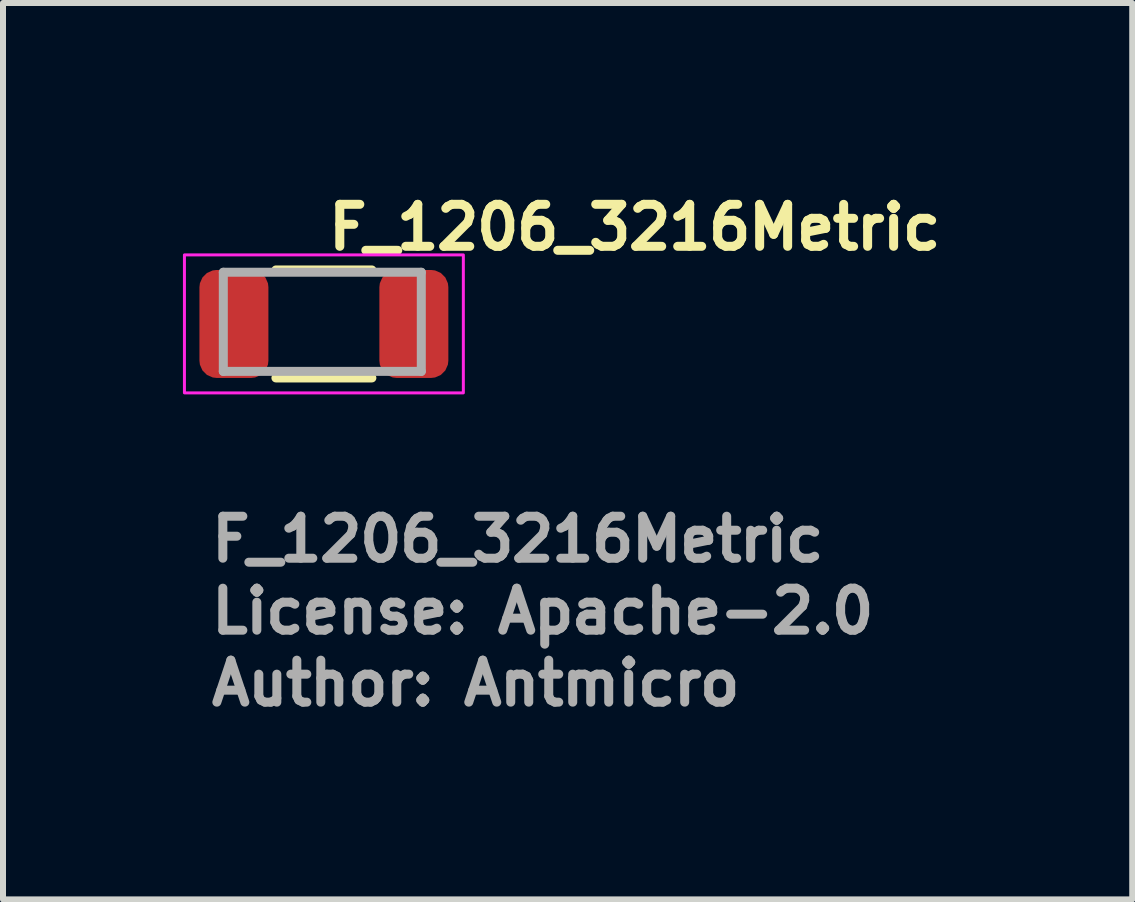
<source format=kicad_pcb>
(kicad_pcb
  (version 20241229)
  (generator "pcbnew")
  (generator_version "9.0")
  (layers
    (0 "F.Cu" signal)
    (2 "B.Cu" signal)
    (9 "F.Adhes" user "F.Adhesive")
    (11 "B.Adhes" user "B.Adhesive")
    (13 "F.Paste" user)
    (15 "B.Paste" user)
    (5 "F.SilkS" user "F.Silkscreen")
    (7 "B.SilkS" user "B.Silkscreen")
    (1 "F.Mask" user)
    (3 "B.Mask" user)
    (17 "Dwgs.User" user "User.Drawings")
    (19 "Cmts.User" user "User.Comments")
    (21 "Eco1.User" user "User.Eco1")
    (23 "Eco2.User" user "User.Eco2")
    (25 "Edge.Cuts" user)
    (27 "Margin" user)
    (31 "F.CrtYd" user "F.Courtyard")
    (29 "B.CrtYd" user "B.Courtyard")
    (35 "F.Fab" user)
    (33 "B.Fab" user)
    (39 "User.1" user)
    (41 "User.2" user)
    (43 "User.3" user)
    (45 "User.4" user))
  (footprint "F_1206_3216Metric"
    (layer "F.Cu")
    (at 2.35 2.35)
    (property "Reference" "F_1206_3216Metric" (at 0 -1.2 0) (layer "F.SilkS") (effects (font (size 0.7 0.7) (thickness 0.15)) (justify left bottom)))
    (attr smd)
    (fp_line (start 0.8 -0.899) (end -0.8 -0.899) (stroke (width 0.15) (type solid)) (layer "F.SilkS"))
    (fp_line (start 0.8 0.901) (end -0.8 0.901) (stroke (width 0.15) (type solid)) (layer "F.SilkS"))
    (fp_rect (start -2.325 -1.15) (end 2.325 1.15) (stroke (width 0.05) (type default)) (fill no) (layer "F.CrtYd"))
    (fp_line (start -1.677 -0.861) (end 1.624 -0.861) (stroke (width 0.15) (type solid)) (layer "F.Fab"))
    (fp_line (start -1.677 0.792) (end -1.677 -0.861) (stroke (width 0.15) (type solid)) (layer "F.Fab"))
    (fp_line (start 1.624 -0.861) (end 1.624 0.792) (stroke (width 0.15) (type solid)) (layer "F.Fab"))
    (fp_line (start 1.624 0.792) (end -1.677 0.792) (stroke (width 0.15) (type solid)) (layer "F.Fab"))
    (fp_rect (start -1.589 -0.762) (end 1.588 0.761) (stroke (width 0.1) (type solid)) (fill no) (layer "User.5"))
    (fp_line (start -1.589 -0.762) (end -1.589 -0.653) (stroke (width 0.02) (type solid)) (layer "User.9"))
    (fp_line (start -1.589 -0.762) (end -1.578 -0.762) (stroke (width 0.02) (type solid)) (layer "User.9"))
    (fp_line (start -1.589 -0.654) (end -1.589 -0.653) (stroke (width 0.02) (type solid)) (layer "User.9"))
    (fp_line (start -1.589 -0.653) (end -1.589 -0.762) (stroke (width 0.02) (type solid)) (layer "User.9"))
    (fp_line (start -1.589 -0.653) (end -1.589 -0.653) (stroke (width 0.02) (type solid)) (layer "User.9"))
    (fp_line (start -1.589 -0.653) (end -1.589 -0.653) (stroke (width 0.02) (type solid)) (layer "User.9"))
    (fp_line (start -1.589 -0.653) (end -1.588 -0.652) (stroke (width 0.02) (type solid)) (layer "User.9"))
    (fp_line (start -1.589 -0.25) (end -1.589 -0.653) (stroke (width 0.02) (type solid)) (layer "User.9"))
    (fp_line (start -1.589 -0.25) (end -1.587 -0.252) (stroke (width 0.02) (type solid)) (layer "User.9"))
    (fp_line (start -1.589 0.249) (end -1.587 0.25) (stroke (width 0.02) (type solid)) (layer "User.9"))
    (fp_line (start -1.589 0.249) (end -1.571 0.248) (stroke (width 0.02) (type solid)) (layer "User.9"))
    (fp_line (start -1.589 0.651) (end -1.589 0.652) (stroke (width 0.02) (type solid)) (layer "User.9"))
    (fp_line (start -1.589 0.652) (end -1.589 0.249) (stroke (width 0.02) (type solid)) (layer "User.9"))
    (fp_line (start -1.589 0.652) (end -1.589 0.652) (stroke (width 0.02) (type solid)) (layer "User.9"))
    (fp_line (start -1.589 0.652) (end -1.589 0.652) (stroke (width 0.02) (type solid)) (layer "User.9"))
    (fp_line (start -1.589 0.652) (end -1.589 0.761) (stroke (width 0.02) (type solid)) (layer "User.9"))
    (fp_line (start -1.589 0.652) (end -1.588 0.653) (stroke (width 0.02) (type solid)) (layer "User.9"))
    (fp_line (start -1.589 0.652) (end -1.578 0.652) (stroke (width 0.02) (type solid)) (layer "User.9"))
    (fp_line (start -1.589 0.761) (end -1.589 0.652) (stroke (width 0.02) (type solid)) (layer "User.9"))
    (fp_line (start -1.588 -0.658) (end -1.588 -0.657) (stroke (width 0.02) (type solid)) (layer "User.9"))
    (fp_line (start -1.588 -0.657) (end -1.588 -0.657) (stroke (width 0.02) (type solid)) (layer "User.9"))
    (fp_line (start -1.588 -0.657) (end -1.588 -0.656) (stroke (width 0.02) (type solid)) (layer "User.9"))
    (fp_line (start -1.588 -0.656) (end -1.588 -0.656) (stroke (width 0.02) (type solid)) (layer "User.9"))
    (fp_line (start -1.588 -0.656) (end -1.588 -0.655) (stroke (width 0.02) (type solid)) (layer "User.9"))
    (fp_line (start -1.588 -0.655) (end -1.588 -0.655) (stroke (width 0.02) (type solid)) (layer "User.9"))
    (fp_line (start -1.588 -0.655) (end -1.588 -0.654) (stroke (width 0.02) (type solid)) (layer "User.9"))
    (fp_line (start -1.588 -0.654) (end -1.589 -0.654) (stroke (width 0.02) (type solid)) (layer "User.9"))
    (fp_line (start -1.588 -0.652) (end -1.588 -0.652) (stroke (width 0.02) (type solid)) (layer "User.9"))
    (fp_line (start -1.588 -0.652) (end -1.588 -0.651) (stroke (width 0.02) (type solid)) (layer "User.9"))
    (fp_line (start -1.588 -0.651) (end -1.588 -0.651) (stroke (width 0.02) (type solid)) (layer "User.9"))
    (fp_line (start -1.588 -0.651) (end -1.588 -0.65) (stroke (width 0.02) (type solid)) (layer "User.9"))
    (fp_line (start -1.588 -0.65) (end -1.588 -0.65) (stroke (width 0.02) (type solid)) (layer "User.9"))
    (fp_line (start -1.588 -0.65) (end -1.588 -0.649) (stroke (width 0.02) (type solid)) (layer "User.9"))
    (fp_line (start -1.588 -0.649) (end -1.588 -0.649) (stroke (width 0.02) (type solid)) (layer "User.9"))
    (fp_line (start -1.588 -0.649) (end -1.587 -0.649) (stroke (width 0.02) (type solid)) (layer "User.9"))
    (fp_line (start -1.588 0.647) (end -1.588 0.648) (stroke (width 0.02) (type solid)) (layer "User.9"))
    (fp_line (start -1.588 0.648) (end -1.588 0.648) (stroke (width 0.02) (type solid)) (layer "User.9"))
    (fp_line (start -1.588 0.648) (end -1.588 0.649) (stroke (width 0.02) (type solid)) (layer "User.9"))
    (fp_line (start -1.588 0.649) (end -1.588 0.649) (stroke (width 0.02) (type solid)) (layer "User.9"))
    (fp_line (start -1.588 0.649) (end -1.588 0.65) (stroke (width 0.02) (type solid)) (layer "User.9"))
    (fp_line (start -1.588 0.65) (end -1.588 0.65) (stroke (width 0.02) (type solid)) (layer "User.9"))
    (fp_line (start -1.588 0.65) (end -1.588 0.651) (stroke (width 0.02) (type solid)) (layer "User.9"))
    (fp_line (start -1.588 0.651) (end -1.589 0.651) (stroke (width 0.02) (type solid)) (layer "User.9"))
    (fp_line (start -1.588 0.653) (end -1.588 0.653) (stroke (width 0.02) (type solid)) (layer "User.9"))
    (fp_line (start -1.588 0.653) (end -1.588 0.654) (stroke (width 0.02) (type solid)) (layer "User.9"))
    (fp_line (start -1.588 0.654) (end -1.588 0.654) (stroke (width 0.02) (type solid)) (layer "User.9"))
    (fp_line (start -1.588 0.654) (end -1.588 0.655) (stroke (width 0.02) (type solid)) (layer "User.9"))
    (fp_line (start -1.588 0.655) (end -1.588 0.655) (stroke (width 0.02) (type solid)) (layer "User.9"))
    (fp_line (start -1.588 0.655) (end -1.588 0.656) (stroke (width 0.02) (type solid)) (layer "User.9"))
    (fp_line (start -1.588 0.656) (end -1.588 0.656) (stroke (width 0.02) (type solid)) (layer "User.9"))
    (fp_line (start -1.588 0.656) (end -1.587 0.656) (stroke (width 0.02) (type solid)) (layer "User.9"))
    (fp_line (start -1.587 -0.659) (end -1.587 -0.659) (stroke (width 0.02) (type solid)) (layer "User.9"))
    (fp_line (start -1.587 -0.659) (end -1.587 -0.658) (stroke (width 0.02) (type solid)) (layer "User.9"))
    (fp_line (start -1.587 -0.658) (end -1.588 -0.658) (stroke (width 0.02) (type solid)) (layer "User.9"))
    (fp_line (start -1.587 -0.658) (end -1.587 -0.658) (stroke (width 0.02) (type solid)) (layer "User.9"))
    (fp_line (start -1.587 -0.649) (end -1.587 -0.648) (stroke (width 0.02) (type solid)) (layer "User.9"))
    (fp_line (start -1.587 -0.648) (end -1.587 -0.648) (stroke (width 0.02) (type solid)) (layer "User.9"))
    (fp_line (start -1.587 -0.648) (end -1.587 -0.647) (stroke (width 0.02) (type solid)) (layer "User.9"))
    (fp_line (start -1.587 -0.647) (end -1.586 -0.647) (stroke (width 0.02) (type solid)) (layer "User.9"))
    (fp_line (start -1.587 -0.252) (end -1.589 -0.25) (stroke (width 0.02) (type solid)) (layer "User.9"))
    (fp_line (start -1.587 -0.252) (end -1.585 -0.254) (stroke (width 0.02) (type solid)) (layer "User.9"))
    (fp_line (start -1.587 0.25) (end -1.589 0.249) (stroke (width 0.02) (type solid)) (layer "User.9"))
    (fp_line (start -1.587 0.25) (end -1.585 0.252) (stroke (width 0.02) (type solid)) (layer "User.9"))
    (fp_line (start -1.587 0.646) (end -1.587 0.646) (stroke (width 0.02) (type solid)) (layer "User.9"))
    (fp_line (start -1.587 0.646) (end -1.587 0.647) (stroke (width 0.02) (type solid)) (layer "User.9"))
    (fp_line (start -1.587 0.647) (end -1.588 0.647) (stroke (width 0.02) (type solid)) (layer "User.9"))
    (fp_line (start -1.587 0.647) (end -1.587 0.647) (stroke (width 0.02) (type solid)) (layer "User.9"))
    (fp_line (start -1.587 0.656) (end -1.587 0.657) (stroke (width 0.02) (type solid)) (layer "User.9"))
    (fp_line (start -1.587 0.657) (end -1.587 0.657) (stroke (width 0.02) (type solid)) (layer "User.9"))
    (fp_line (start -1.587 0.657) (end -1.587 0.658) (stroke (width 0.02) (type solid)) (layer "User.9"))
    (fp_line (start -1.587 0.658) (end -1.586 0.658) (stroke (width 0.02) (type solid)) (layer "User.9"))
    (fp_line (start -1.586 -0.66) (end -1.587 -0.659) (stroke (width 0.02) (type solid)) (layer "User.9"))
    (fp_line (start -1.586 -0.66) (end -1.586 -0.66) (stroke (width 0.02) (type solid)) (layer "User.9"))
    (fp_line (start -1.586 -0.66) (end -1.586 -0.66) (stroke (width 0.02) (type solid)) (layer "User.9"))
    (fp_line (start -1.586 -0.647) (end -1.586 -0.647) (stroke (width 0.02) (type solid)) (layer "User.9"))
    (fp_line (start -1.586 -0.647) (end -1.586 -0.646) (stroke (width 0.02) (type solid)) (layer "User.9"))
    (fp_line (start -1.586 -0.646) (end -1.585 -0.646) (stroke (width 0.02) (type solid)) (layer "User.9"))
    (fp_line (start -1.586 0.645) (end -1.587 0.646) (stroke (width 0.02) (type solid)) (layer "User.9"))
    (fp_line (start -1.586 0.645) (end -1.586 0.645) (stroke (width 0.02) (type solid)) (layer "User.9"))
    (fp_line (start -1.586 0.645) (end -1.586 0.645) (stroke (width 0.02) (type solid)) (layer "User.9"))
    (fp_line (start -1.586 0.658) (end -1.586 0.658) (stroke (width 0.02) (type solid)) (layer "User.9"))
    (fp_line (start -1.586 0.658) (end -1.586 0.659) (stroke (width 0.02) (type solid)) (layer "User.9"))
    (fp_line (start -1.586 0.659) (end -1.585 0.659) (stroke (width 0.02) (type solid)) (layer "User.9"))
    (fp_line (start -1.585 -0.661) (end -1.586 -0.66) (stroke (width 0.02) (type solid)) (layer "User.9"))
    (fp_line (start -1.585 -0.661) (end -1.585 -0.661) (stroke (width 0.02) (type solid)) (layer "User.9"))
    (fp_line (start -1.585 -0.661) (end -1.585 -0.661) (stroke (width 0.02) (type solid)) (layer "User.9"))
    (fp_line (start -1.585 -0.646) (end -1.585 -0.646) (stroke (width 0.02) (type solid)) (layer "User.9"))
    (fp_line (start -1.585 -0.646) (end -1.585 -0.645) (stroke (width 0.02) (type solid)) (layer "User.9"))
    (fp_line (start -1.585 -0.645) (end -1.583 -0.645) (stroke (width 0.02) (type solid)) (layer "User.9"))
    (fp_line (start -1.585 -0.254) (end -1.587 -0.252) (stroke (width 0.02) (type solid)) (layer "User.9"))
    (fp_line (start -1.585 -0.254) (end -1.581 -0.258) (stroke (width 0.02) (type solid)) (layer "User.9"))
    (fp_line (start -1.585 0.252) (end -1.587 0.25) (stroke (width 0.02) (type solid)) (layer "User.9"))
    (fp_line (start -1.585 0.252) (end -1.581 0.254) (stroke (width 0.02) (type solid)) (layer "User.9"))
    (fp_line (start -1.585 0.644) (end -1.586 0.645) (stroke (width 0.02) (type solid)) (layer "User.9"))
    (fp_line (start -1.585 0.644) (end -1.585 0.644) (stroke (width 0.02) (type solid)) (layer "User.9"))
    (fp_line (start -1.585 0.644) (end -1.585 0.644) (stroke (width 0.02) (type solid)) (layer "User.9"))
    (fp_line (start -1.585 0.659) (end -1.585 0.659) (stroke (width 0.02) (type solid)) (layer "User.9"))
    (fp_line (start -1.585 0.659) (end -1.585 0.66) (stroke (width 0.02) (type solid)) (layer "User.9"))
    (fp_line (start -1.585 0.66) (end -1.583 0.66) (stroke (width 0.02) (type solid)) (layer "User.9"))
    (fp_line (start -1.583 -0.662) (end -1.585 -0.661) (stroke (width 0.02) (type solid)) (layer "User.9"))
    (fp_line (start -1.583 -0.662) (end -1.583 -0.662) (stroke (width 0.02) (type solid)) (layer "User.9"))
    (fp_line (start -1.583 -0.645) (end -1.583 -0.645) (stroke (width 0.02) (type solid)) (layer "User.9"))
    (fp_line (start -1.583 -0.645) (end -1.582 -0.645) (stroke (width 0.02) (type solid)) (layer "User.9"))
    (fp_line (start -1.583 0.643) (end -1.585 0.644) (stroke (width 0.02) (type solid)) (layer "User.9"))
    (fp_line (start -1.583 0.643) (end -1.583 0.643) (stroke (width 0.02) (type solid)) (layer "User.9"))
    (fp_line (start -1.583 0.66) (end -1.583 0.66) (stroke (width 0.02) (type solid)) (layer "User.9"))
    (fp_line (start -1.583 0.66) (end -1.582 0.66) (stroke (width 0.02) (type solid)) (layer "User.9"))
    (fp_line (start -1.582 -0.662) (end -1.583 -0.662) (stroke (width 0.02) (type solid)) (layer "User.9"))
    (fp_line (start -1.582 -0.662) (end -1.582 -0.662) (stroke (width 0.02) (type solid)) (layer "User.9"))
    (fp_line (start -1.582 -0.645) (end -1.582 -0.644) (stroke (width 0.02) (type solid)) (layer "User.9"))
    (fp_line (start -1.582 -0.644) (end -1.581 -0.644) (stroke (width 0.02) (type solid)) (layer "User.9"))
    (fp_line (start -1.582 0.643) (end -1.583 0.643) (stroke (width 0.02) (type solid)) (layer "User.9"))
    (fp_line (start -1.582 0.643) (end -1.582 0.643) (stroke (width 0.02) (type solid)) (layer "User.9"))
    (fp_line (start -1.582 0.66) (end -1.582 0.661) (stroke (width 0.02) (type solid)) (layer "User.9"))
    (fp_line (start -1.582 0.661) (end -1.581 0.661) (stroke (width 0.02) (type solid)) (layer "User.9"))
    (fp_line (start -1.581 -0.663) (end -1.582 -0.662) (stroke (width 0.02) (type solid)) (layer "User.9"))
    (fp_line (start -1.581 -0.663) (end -1.581 -0.663) (stroke (width 0.02) (type solid)) (layer "User.9"))
    (fp_line (start -1.581 -0.663) (end -1.581 -0.663) (stroke (width 0.02) (type solid)) (layer "User.9"))
    (fp_line (start -1.581 -0.644) (end -1.581 -0.644) (stroke (width 0.02) (type solid)) (layer "User.9"))
    (fp_line (start -1.581 -0.644) (end -1.581 -0.644) (stroke (width 0.02) (type solid)) (layer "User.9"))
    (fp_line (start -1.581 -0.644) (end -1.58 -0.644) (stroke (width 0.02) (type solid)) (layer "User.9"))
    (fp_line (start -1.581 -0.258) (end -1.578 -0.262) (stroke (width 0.02) (type solid)) (layer "User.9"))
    (fp_line (start -1.581 0.254) (end -1.578 0.258) (stroke (width 0.02) (type solid)) (layer "User.9"))
    (fp_line (start -1.581 0.642) (end -1.582 0.643) (stroke (width 0.02) (type solid)) (layer "User.9"))
    (fp_line (start -1.581 0.642) (end -1.581 0.642) (stroke (width 0.02) (type solid)) (layer "User.9"))
    (fp_line (start -1.581 0.642) (end -1.581 0.642) (stroke (width 0.02) (type solid)) (layer "User.9"))
    (fp_line (start -1.581 0.661) (end -1.581 0.661) (stroke (width 0.02) (type solid)) (layer "User.9"))
    (fp_line (start -1.581 0.661) (end -1.581 0.661) (stroke (width 0.02) (type solid)) (layer "User.9"))
    (fp_line (start -1.581 0.661) (end -1.58 0.661) (stroke (width 0.02) (type solid)) (layer "User.9"))
    (fp_line (start -1.58 -0.663) (end -1.581 -0.663) (stroke (width 0.02) (type solid)) (layer "User.9"))
    (fp_line (start -1.58 -0.663) (end -1.58 -0.663) (stroke (width 0.02) (type solid)) (layer "User.9"))
    (fp_line (start -1.58 -0.644) (end -1.58 -0.644) (stroke (width 0.02) (type solid)) (layer "User.9"))
    (fp_line (start -1.58 -0.644) (end -1.579 -0.643) (stroke (width 0.02) (type solid)) (layer "User.9"))
    (fp_line (start -1.58 0.642) (end -1.581 0.642) (stroke (width 0.02) (type solid)) (layer "User.9"))
    (fp_line (start -1.58 0.642) (end -1.58 0.642) (stroke (width 0.02) (type solid)) (layer "User.9"))
    (fp_line (start -1.58 0.661) (end -1.58 0.661) (stroke (width 0.02) (type solid)) (layer "User.9"))
    (fp_line (start -1.58 0.661) (end -1.579 0.662) (stroke (width 0.02) (type solid)) (layer "User.9"))
    (fp_line (start -1.579 -0.663) (end -1.58 -0.663) (stroke (width 0.02) (type solid)) (layer "User.9"))
    (fp_line (start -1.579 -0.663) (end -1.579 -0.663) (stroke (width 0.02) (type solid)) (layer "User.9"))
    (fp_line (start -1.579 -0.643) (end -1.579 -0.643) (stroke (width 0.02) (type solid)) (layer "User.9"))
    (fp_line (start -1.579 -0.643) (end -1.578 -0.643) (stroke (width 0.02) (type solid)) (layer "User.9"))
    (fp_line (start -1.579 -0.25) (end -1.589 -0.25) (stroke (width 0.02) (type solid)) (layer "User.9"))
    (fp_line (start -1.579 0.642) (end -1.58 0.642) (stroke (width 0.02) (type solid)) (layer "User.9"))
    (fp_line (start -1.579 0.642) (end -1.579 0.642) (stroke (width 0.02) (type solid)) (layer "User.9"))
    (fp_line (start -1.579 0.662) (end -1.579 0.662) (stroke (width 0.02) (type solid)) (layer "User.9"))
    (fp_line (start -1.579 0.662) (end -1.578 0.662) (stroke (width 0.02) (type solid)) (layer "User.9"))
    (fp_line (start -1.578 -0.762) (end -1.538 -0.762) (stroke (width 0.02) (type solid)) (layer "User.9"))
    (fp_line (start -1.578 -0.663) (end -1.579 -0.663) (stroke (width 0.02) (type solid)) (layer "User.9"))
    (fp_line (start -1.578 -0.663) (end -1.578 -0.663) (stroke (width 0.02) (type solid)) (layer "User.9"))
    (fp_line (start -1.578 -0.663) (end -1.578 -0.663) (stroke (width 0.02) (type solid)) (layer "User.9"))
    (fp_line (start -1.578 -0.663) (end -1.578 -0.653) (stroke (width 0.02) (type solid)) (layer "User.9"))
    (fp_line (start -1.578 -0.663) (end -0.929 -0.663) (stroke (width 0.02) (type solid)) (layer "User.9"))
    (fp_line (start -1.578 -0.653) (end -1.589 -0.653) (stroke (width 0.02) (type solid)) (layer "User.9"))
    (fp_line (start -1.578 -0.643) (end -1.578 -0.643) (stroke (width 0.02) (type solid)) (layer "User.9"))
    (fp_line (start -1.578 -0.643) (end -1.578 -0.643) (stroke (width 0.02) (type solid)) (layer "User.9"))
    (fp_line (start -1.578 -0.643) (end -1.577 -0.643) (stroke (width 0.02) (type solid)) (layer "User.9"))
    (fp_line (start -1.578 -0.262) (end -1.585 -0.254) (stroke (width 0.02) (type solid)) (layer "User.9"))
    (fp_line (start -1.578 0.258) (end -1.585 0.252) (stroke (width 0.02) (type solid)) (layer "User.9"))
    (fp_line (start -1.578 0.642) (end -1.579 0.642) (stroke (width 0.02) (type solid)) (layer "User.9"))
    (fp_line (start -1.578 0.642) (end -1.578 0.642) (stroke (width 0.02) (type solid)) (layer "User.9"))
    (fp_line (start -1.578 0.642) (end -1.578 0.642) (stroke (width 0.02) (type solid)) (layer "User.9"))
    (fp_line (start -1.578 0.652) (end -1.578 0.662) (stroke (width 0.02) (type solid)) (layer "User.9"))
    (fp_line (start -1.578 0.662) (end -1.578 0.662) (stroke (width 0.02) (type solid)) (layer "User.9"))
    (fp_line (start -1.578 0.662) (end -1.578 0.662) (stroke (width 0.02) (type solid)) (layer "User.9"))
    (fp_line (start -1.578 0.662) (end -1.577 0.662) (stroke (width 0.02) (type solid)) (layer "User.9"))
    (fp_line (start -1.578 0.761) (end -1.589 0.761) (stroke (width 0.02) (type solid)) (layer "User.9"))
    (fp_line (start -1.577 -0.663) (end -1.578 -0.663) (stroke (width 0.02) (type solid)) (layer "User.9"))
    (fp_line (start -1.577 -0.663) (end -1.577 -0.663) (stroke (width 0.02) (type solid)) (layer "User.9"))
    (fp_line (start -1.577 -0.643) (end -1.577 -0.643) (stroke (width 0.02) (type solid)) (layer "User.9"))
    (fp_line (start -1.577 -0.643) (end -1.576 -0.643) (stroke (width 0.02) (type solid)) (layer "User.9"))
    (fp_line (start -1.577 0.642) (end -1.578 0.642) (stroke (width 0.02) (type solid)) (layer "User.9"))
    (fp_line (start -1.577 0.642) (end -1.577 0.642) (stroke (width 0.02) (type solid)) (layer "User.9"))
    (fp_line (start -1.577 0.662) (end -1.577 0.662) (stroke (width 0.02) (type solid)) (layer "User.9"))
    (fp_line (start -1.577 0.662) (end -1.576 0.662) (stroke (width 0.02) (type solid)) (layer "User.9"))
    (fp_line (start -1.576 -0.663) (end -1.577 -0.663) (stroke (width 0.02) (type solid)) (layer "User.9"))
    (fp_line (start -1.576 -0.663) (end -1.576 -0.663) (stroke (width 0.02) (type solid)) (layer "User.9"))
    (fp_line (start -1.576 -0.644) (end -1.575 -0.644) (stroke (width 0.02) (type solid)) (layer "User.9"))
    (fp_line (start -1.576 -0.643) (end -1.576 -0.644) (stroke (width 0.02) (type solid)) (layer "User.9"))
    (fp_line (start -1.576 0.642) (end -1.577 0.642) (stroke (width 0.02) (type solid)) (layer "User.9"))
    (fp_line (start -1.576 0.642) (end -1.576 0.642) (stroke (width 0.02) (type solid)) (layer "User.9"))
    (fp_line (start -1.576 0.661) (end -1.575 0.661) (stroke (width 0.02) (type solid)) (layer "User.9"))
    (fp_line (start -1.576 0.662) (end -1.576 0.661) (stroke (width 0.02) (type solid)) (layer "User.9"))
    (fp_line (start -1.575 -0.663) (end -1.576 -0.663) (stroke (width 0.02) (type solid)) (layer "User.9"))
    (fp_line (start -1.575 -0.663) (end -1.575 -0.663) (stroke (width 0.02) (type solid)) (layer "User.9"))
    (fp_line (start -1.575 -0.644) (end -1.575 -0.644) (stroke (width 0.02) (type solid)) (layer "User.9"))
    (fp_line (start -1.575 -0.644) (end -1.574 -0.644) (stroke (width 0.02) (type solid)) (layer "User.9"))
    (fp_line (start -1.575 0.642) (end -1.576 0.642) (stroke (width 0.02) (type solid)) (layer "User.9"))
    (fp_line (start -1.575 0.642) (end -1.575 0.642) (stroke (width 0.02) (type solid)) (layer "User.9"))
    (fp_line (start -1.575 0.661) (end -1.575 0.661) (stroke (width 0.02) (type solid)) (layer "User.9"))
    (fp_line (start -1.575 0.661) (end -1.574 0.661) (stroke (width 0.02) (type solid)) (layer "User.9"))
    (fp_line (start -1.574 -0.663) (end -1.575 -0.663) (stroke (width 0.02) (type solid)) (layer "User.9"))
    (fp_line (start -1.574 -0.663) (end -1.574 -0.663) (stroke (width 0.02) (type solid)) (layer "User.9"))
    (fp_line (start -1.574 -0.644) (end -1.574 -0.644) (stroke (width 0.02) (type solid)) (layer "User.9"))
    (fp_line (start -1.574 -0.644) (end -1.573 -0.644) (stroke (width 0.02) (type solid)) (layer "User.9"))
    (fp_line (start -1.574 0.642) (end -1.575 0.642) (stroke (width 0.02) (type solid)) (layer "User.9"))
    (fp_line (start -1.574 0.642) (end -1.574 0.642) (stroke (width 0.02) (type solid)) (layer "User.9"))
    (fp_line (start -1.574 0.661) (end -1.574 0.661) (stroke (width 0.02) (type solid)) (layer "User.9"))
    (fp_line (start -1.574 0.661) (end -1.573 0.661) (stroke (width 0.02) (type solid)) (layer "User.9"))
    (fp_line (start -1.573 -0.662) (end -1.574 -0.663) (stroke (width 0.02) (type solid)) (layer "User.9"))
    (fp_line (start -1.573 -0.662) (end -1.573 -0.662) (stroke (width 0.02) (type solid)) (layer "User.9"))
    (fp_line (start -1.573 -0.645) (end -1.572 -0.645) (stroke (width 0.02) (type solid)) (layer "User.9"))
    (fp_line (start -1.573 -0.644) (end -1.573 -0.645) (stroke (width 0.02) (type solid)) (layer "User.9"))
    (fp_line (start -1.573 0.643) (end -1.574 0.642) (stroke (width 0.02) (type solid)) (layer "User.9"))
    (fp_line (start -1.573 0.643) (end -1.573 0.643) (stroke (width 0.02) (type solid)) (layer "User.9"))
    (fp_line (start -1.573 0.66) (end -1.572 0.66) (stroke (width 0.02) (type solid)) (layer "User.9"))
    (fp_line (start -1.573 0.661) (end -1.573 0.66) (stroke (width 0.02) (type solid)) (layer "User.9"))
    (fp_line (start -1.572 -0.662) (end -1.573 -0.662) (stroke (width 0.02) (type solid)) (layer "User.9"))
    (fp_line (start -1.572 -0.662) (end -1.572 -0.662) (stroke (width 0.02) (type solid)) (layer "User.9"))
    (fp_line (start -1.572 -0.661) (end -1.572 -0.662) (stroke (width 0.02) (type solid)) (layer "User.9"))
    (fp_line (start -1.572 -0.645) (end -1.572 -0.645) (stroke (width 0.02) (type solid)) (layer "User.9"))
    (fp_line (start -1.572 -0.645) (end -1.572 -0.645) (stroke (width 0.02) (type solid)) (layer "User.9"))
    (fp_line (start -1.572 -0.645) (end -1.571 -0.646) (stroke (width 0.02) (type solid)) (layer "User.9"))
    (fp_line (start -1.572 0.643) (end -1.573 0.643) (stroke (width 0.02) (type solid)) (layer "User.9"))
    (fp_line (start -1.572 0.643) (end -1.572 0.643) (stroke (width 0.02) (type solid)) (layer "User.9"))
    (fp_line (start -1.572 0.644) (end -1.572 0.643) (stroke (width 0.02) (type solid)) (layer "User.9"))
    (fp_line (start -1.572 0.66) (end -1.572 0.66) (stroke (width 0.02) (type solid)) (layer "User.9"))
    (fp_line (start -1.572 0.66) (end -1.572 0.66) (stroke (width 0.02) (type solid)) (layer "User.9"))
    (fp_line (start -1.572 0.66) (end -1.571 0.659) (stroke (width 0.02) (type solid)) (layer "User.9"))
    (fp_line (start -1.571 -0.661) (end -1.572 -0.661) (stroke (width 0.02) (type solid)) (layer "User.9"))
    (fp_line (start -1.571 -0.661) (end -1.571 -0.661) (stroke (width 0.02) (type solid)) (layer "User.9"))
    (fp_line (start -1.571 -0.646) (end -1.571 -0.646) (stroke (width 0.02) (type solid)) (layer "User.9"))
    (fp_line (start -1.571 -0.646) (end -1.57 -0.646) (stroke (width 0.02) (type solid)) (layer "User.9"))
    (fp_line (start -1.571 -0.25) (end -1.579 -0.25) (stroke (width 0.02) (type solid)) (layer "User.9"))
    (fp_line (start -1.571 0.248) (end -1.555 0.247) (stroke (width 0.02) (type solid)) (layer "User.9"))
    (fp_line (start -1.571 0.644) (end -1.572 0.644) (stroke (width 0.02) (type solid)) (layer "User.9"))
    (fp_line (start -1.571 0.644) (end -1.571 0.644) (stroke (width 0.02) (type solid)) (layer "User.9"))
    (fp_line (start -1.571 0.659) (end -1.571 0.659) (stroke (width 0.02) (type solid)) (layer "User.9"))
    (fp_line (start -1.571 0.659) (end -1.57 0.659) (stroke (width 0.02) (type solid)) (layer "User.9"))
    (fp_line (start -1.57 -0.66) (end -1.571 -0.661) (stroke (width 0.02) (type solid)) (layer "User.9"))
    (fp_line (start -1.57 -0.66) (end -1.57 -0.66) (stroke (width 0.02) (type solid)) (layer "User.9"))
    (fp_line (start -1.57 -0.66) (end -1.57 -0.66) (stroke (width 0.02) (type solid)) (layer "User.9"))
    (fp_line (start -1.57 -0.659) (end -1.57 -0.66) (stroke (width 0.02) (type solid)) (layer "User.9"))
    (fp_line (start -1.57 -0.647) (end -1.57 -0.647) (stroke (width 0.02) (type solid)) (layer "User.9"))
    (fp_line (start -1.57 -0.647) (end -1.57 -0.647) (stroke (width 0.02) (type solid)) (layer "User.9"))
    (fp_line (start -1.57 -0.647) (end -1.569 -0.648) (stroke (width 0.02) (type solid)) (layer "User.9"))
    (fp_line (start -1.57 -0.646) (end -1.57 -0.647) (stroke (width 0.02) (type solid)) (layer "User.9"))
    (fp_line (start -1.57 0.645) (end -1.571 0.644) (stroke (width 0.02) (type solid)) (layer "User.9"))
    (fp_line (start -1.57 0.645) (end -1.57 0.645) (stroke (width 0.02) (type solid)) (layer "User.9"))
    (fp_line (start -1.57 0.645) (end -1.57 0.645) (stroke (width 0.02) (type solid)) (layer "User.9"))
    (fp_line (start -1.57 0.646) (end -1.57 0.645) (stroke (width 0.02) (type solid)) (layer "User.9"))
    (fp_line (start -1.57 0.658) (end -1.57 0.658) (stroke (width 0.02) (type solid)) (layer "User.9"))
    (fp_line (start -1.57 0.658) (end -1.57 0.658) (stroke (width 0.02) (type solid)) (layer "User.9"))
    (fp_line (start -1.57 0.658) (end -1.569 0.657) (stroke (width 0.02) (type solid)) (layer "User.9"))
    (fp_line (start -1.57 0.659) (end -1.57 0.658) (stroke (width 0.02) (type solid)) (layer "User.9"))
    (fp_line (start -1.569 -0.659) (end -1.57 -0.659) (stroke (width 0.02) (type solid)) (layer "User.9"))
    (fp_line (start -1.569 -0.658) (end -1.569 -0.659) (stroke (width 0.02) (type solid)) (layer "User.9"))
    (fp_line (start -1.569 -0.658) (end -1.569 -0.658) (stroke (width 0.02) (type solid)) (layer "User.9"))
    (fp_line (start -1.569 -0.658) (end -1.569 -0.658) (stroke (width 0.02) (type solid)) (layer "User.9"))
    (fp_line (start -1.569 -0.649) (end -1.569 -0.649) (stroke (width 0.02) (type solid)) (layer "User.9"))
    (fp_line (start -1.569 -0.649) (end -1.568 -0.649) (stroke (width 0.02) (type solid)) (layer "User.9"))
    (fp_line (start -1.569 -0.648) (end -1.569 -0.649) (stroke (width 0.02) (type solid)) (layer "User.9"))
    (fp_line (start -1.569 -0.648) (end -1.569 -0.648) (stroke (width 0.02) (type solid)) (layer "User.9"))
    (fp_line (start -1.569 0.646) (end -1.57 0.646) (stroke (width 0.02) (type solid)) (layer "User.9"))
    (fp_line (start -1.569 0.647) (end -1.569 0.646) (stroke (width 0.02) (type solid)) (layer "User.9"))
    (fp_line (start -1.569 0.647) (end -1.569 0.647) (stroke (width 0.02) (type solid)) (layer "User.9"))
    (fp_line (start -1.569 0.647) (end -1.569 0.647) (stroke (width 0.02) (type solid)) (layer "User.9"))
    (fp_line (start -1.569 0.656) (end -1.569 0.656) (stroke (width 0.02) (type solid)) (layer "User.9"))
    (fp_line (start -1.569 0.656) (end -1.568 0.656) (stroke (width 0.02) (type solid)) (layer "User.9"))
    (fp_line (start -1.569 0.657) (end -1.569 0.656) (stroke (width 0.02) (type solid)) (layer "User.9"))
    (fp_line (start -1.569 0.657) (end -1.569 0.657) (stroke (width 0.02) (type solid)) (layer "User.9"))
    (fp_line (start -1.568 -0.657) (end -1.569 -0.658) (stroke (width 0.02) (type solid)) (layer "User.9"))
    (fp_line (start -1.568 -0.657) (end -1.568 -0.657) (stroke (width 0.02) (type solid)) (layer "User.9"))
    (fp_line (start -1.568 -0.656) (end -1.568 -0.657) (stroke (width 0.02) (type solid)) (layer "User.9"))
    (fp_line (start -1.568 -0.656) (end -1.568 -0.656) (stroke (width 0.02) (type solid)) (layer "User.9"))
    (fp_line (start -1.568 -0.655) (end -1.568 -0.656) (stroke (width 0.02) (type solid)) (layer "User.9"))
    (fp_line (start -1.568 -0.655) (end -1.568 -0.655) (stroke (width 0.02) (type solid)) (layer "User.9"))
    (fp_line (start -1.568 -0.654) (end -1.568 -0.655) (stroke (width 0.02) (type solid)) (layer "User.9"))
    (fp_line (start -1.568 -0.654) (end -1.568 -0.654) (stroke (width 0.02) (type solid)) (layer "User.9"))
    (fp_line (start -1.568 -0.653) (end -1.568 -0.654) (stroke (width 0.02) (type solid)) (layer "User.9"))
    (fp_line (start -1.568 -0.653) (end -1.568 -0.653) (stroke (width 0.02) (type solid)) (layer "User.9"))
    (fp_line (start -1.568 -0.653) (end -1.568 -0.653) (stroke (width 0.02) (type solid)) (layer "User.9"))
    (fp_line (start -1.568 -0.653) (end -1.568 -0.653) (stroke (width 0.02) (type solid)) (layer "User.9"))
    (fp_line (start -1.568 -0.652) (end -1.568 -0.653) (stroke (width 0.02) (type solid)) (layer "User.9"))
    (fp_line (start -1.568 -0.652) (end -1.568 -0.652) (stroke (width 0.02) (type solid)) (layer "User.9"))
    (fp_line (start -1.568 -0.651) (end -1.568 -0.652) (stroke (width 0.02) (type solid)) (layer "User.9"))
    (fp_line (start -1.568 -0.651) (end -1.568 -0.651) (stroke (width 0.02) (type solid)) (layer "User.9"))
    (fp_line (start -1.568 -0.65) (end -1.568 -0.651) (stroke (width 0.02) (type solid)) (layer "User.9"))
    (fp_line (start -1.568 -0.65) (end -1.568 -0.65) (stroke (width 0.02) (type solid)) (layer "User.9"))
    (fp_line (start -1.568 -0.649) (end -1.568 -0.65) (stroke (width 0.02) (type solid)) (layer "User.9"))
    (fp_line (start -1.568 0.648) (end -1.569 0.647) (stroke (width 0.02) (type solid)) (layer "User.9"))
    (fp_line (start -1.568 0.648) (end -1.568 0.648) (stroke (width 0.02) (type solid)) (layer "User.9"))
    (fp_line (start -1.568 0.649) (end -1.568 0.648) (stroke (width 0.02) (type solid)) (layer "User.9"))
    (fp_line (start -1.568 0.649) (end -1.568 0.649) (stroke (width 0.02) (type solid)) (layer "User.9"))
    (fp_line (start -1.568 0.65) (end -1.568 0.649) (stroke (width 0.02) (type solid)) (layer "User.9"))
    (fp_line (start -1.568 0.65) (end -1.568 0.65) (stroke (width 0.02) (type solid)) (layer "User.9"))
    (fp_line (start -1.568 0.651) (end -1.568 0.65) (stroke (width 0.02) (type solid)) (layer "User.9"))
    (fp_line (start -1.568 0.651) (end -1.568 0.651) (stroke (width 0.02) (type solid)) (layer "User.9"))
    (fp_line (start -1.568 0.652) (end -1.568 0.651) (stroke (width 0.02) (type solid)) (layer "User.9"))
    (fp_line (start -1.568 0.652) (end -1.568 0.652) (stroke (width 0.02) (type solid)) (layer "User.9"))
    (fp_line (start -1.568 0.652) (end -1.568 0.652) (stroke (width 0.02) (type solid)) (layer "User.9"))
    (fp_line (start -1.568 0.652) (end -1.568 0.652) (stroke (width 0.02) (type solid)) (layer "User.9"))
    (fp_line (start -1.568 0.653) (end -1.568 0.652) (stroke (width 0.02) (type solid)) (layer "User.9"))
    (fp_line (start -1.568 0.653) (end -1.568 0.653) (stroke (width 0.02) (type solid)) (layer "User.9"))
    (fp_line (start -1.568 0.654) (end -1.568 0.653) (stroke (width 0.02) (type solid)) (layer "User.9"))
    (fp_line (start -1.568 0.654) (end -1.568 0.654) (stroke (width 0.02) (type solid)) (layer "User.9"))
    (fp_line (start -1.568 0.655) (end -1.568 0.654) (stroke (width 0.02) (type solid)) (layer "User.9"))
    (fp_line (start -1.568 0.655) (end -1.568 0.655) (stroke (width 0.02) (type solid)) (layer "User.9"))
    (fp_line (start -1.568 0.656) (end -1.568 0.655) (stroke (width 0.02) (type solid)) (layer "User.9"))
    (fp_line (start -1.564 -0.25) (end -1.571 -0.25) (stroke (width 0.02) (type solid)) (layer "User.9"))
    (fp_line (start -1.555 -0.249) (end -1.564 -0.25) (stroke (width 0.02) (type solid)) (layer "User.9"))
    (fp_line (start -1.555 0.247) (end -1.538 0.244) (stroke (width 0.02) (type solid)) (layer "User.9"))
    (fp_line (start -1.546 -0.248) (end -1.555 -0.249) (stroke (width 0.02) (type solid)) (layer "User.9"))
    (fp_line (start -1.538 -0.762) (end -1.538 -0.663) (stroke (width 0.02) (type solid)) (layer "User.9"))
    (fp_line (start -1.538 -0.762) (end -1.538 -0.663) (stroke (width 0.02) (type solid)) (layer "User.9"))
    (fp_line (start -1.538 -0.246) (end -1.546 -0.248) (stroke (width 0.02) (type solid)) (layer "User.9"))
    (fp_line (start -1.538 0.244) (end -1.522 0.24) (stroke (width 0.02) (type solid)) (layer "User.9"))
    (fp_line (start -1.538 0.662) (end -1.538 0.761) (stroke (width 0.02) (type solid)) (layer "User.9"))
    (fp_line (start -1.538 0.662) (end -1.538 0.761) (stroke (width 0.02) (type solid)) (layer "User.9"))
    (fp_line (start -1.538 0.761) (end -1.578 0.761) (stroke (width 0.02) (type solid)) (layer "User.9"))
    (fp_line (start -1.538 0.761) (end 1.536 0.761) (stroke (width 0.02) (type solid)) (layer "User.9"))
    (fp_line (start -1.53 -0.245) (end -1.538 -0.246) (stroke (width 0.02) (type solid)) (layer "User.9"))
    (fp_line (start -1.522 -0.243) (end -1.53 -0.245) (stroke (width 0.02) (type solid)) (layer "User.9"))
    (fp_line (start -1.522 0.24) (end -1.506 0.235) (stroke (width 0.02) (type solid)) (layer "User.9"))
    (fp_line (start -1.514 -0.241) (end -1.522 -0.243) (stroke (width 0.02) (type solid)) (layer "User.9"))
    (fp_line (start -1.506 -0.239) (end -1.514 -0.241) (stroke (width 0.02) (type solid)) (layer "User.9"))
    (fp_line (start -1.506 0.235) (end -1.492 0.23) (stroke (width 0.02) (type solid)) (layer "User.9"))
    (fp_line (start -1.5 -0.236) (end -1.506 -0.239) (stroke (width 0.02) (type solid)) (layer "User.9"))
    (fp_line (start -1.492 -0.233) (end -1.5 -0.236) (stroke (width 0.02) (type solid)) (layer "User.9"))
    (fp_line (start -1.492 0.23) (end -1.478 0.223) (stroke (width 0.02) (type solid)) (layer "User.9"))
    (fp_line (start -1.484 -0.23) (end -1.492 -0.233) (stroke (width 0.02) (type solid)) (layer "User.9"))
    (fp_line (start -1.478 -0.225) (end -1.484 -0.23) (stroke (width 0.02) (type solid)) (layer "User.9"))
    (fp_line (start -1.478 0.223) (end -1.464 0.214) (stroke (width 0.02) (type solid)) (layer "User.9"))
    (fp_line (start -1.47 -0.222) (end -1.478 -0.225) (stroke (width 0.02) (type solid)) (layer "User.9"))
    (fp_line (start -1.464 -0.218) (end -1.47 -0.222) (stroke (width 0.02) (type solid)) (layer "User.9"))
    (fp_line (start -1.464 0.214) (end -1.449 0.206) (stroke (width 0.02) (type solid)) (layer "User.9"))
    (fp_line (start -1.457 -0.214) (end -1.464 -0.218) (stroke (width 0.02) (type solid)) (layer "User.9"))
    (fp_line (start -1.449 -0.21) (end -1.457 -0.214) (stroke (width 0.02) (type solid)) (layer "User.9"))
    (fp_line (start -1.449 0.206) (end -1.436 0.197) (stroke (width 0.02) (type solid)) (layer "User.9"))
    (fp_line (start -1.443 -0.206) (end -1.449 -0.21) (stroke (width 0.02) (type solid)) (layer "User.9"))
    (fp_line (start -1.436 -0.201) (end -1.443 -0.206) (stroke (width 0.02) (type solid)) (layer "User.9"))
    (fp_line (start -1.436 0.197) (end -1.423 0.186) (stroke (width 0.02) (type solid)) (layer "User.9"))
    (fp_line (start -1.43 -0.196) (end -1.436 -0.201) (stroke (width 0.02) (type solid)) (layer "User.9"))
    (fp_line (start -1.423 -0.19) (end -1.43 -0.196) (stroke (width 0.02) (type solid)) (layer "User.9"))
    (fp_line (start -1.423 0.186) (end -1.412 0.175) (stroke (width 0.02) (type solid)) (layer "User.9"))
    (fp_line (start -1.418 -0.184) (end -1.423 -0.19) (stroke (width 0.02) (type solid)) (layer "User.9"))
    (fp_line (start -1.412 -0.179) (end -1.418 -0.184) (stroke (width 0.02) (type solid)) (layer "User.9"))
    (fp_line (start -1.412 0.175) (end -1.401 0.164) (stroke (width 0.02) (type solid)) (layer "User.9"))
    (fp_line (start -1.405 -0.174) (end -1.412 -0.179) (stroke (width 0.02) (type solid)) (layer "User.9"))
    (fp_line (start -1.401 -0.168) (end -1.405 -0.174) (stroke (width 0.02) (type solid)) (layer "User.9"))
    (fp_line (start -1.401 0.164) (end -1.389 0.15) (stroke (width 0.02) (type solid)) (layer "User.9"))
    (fp_line (start -1.395 -0.16) (end -1.401 -0.168) (stroke (width 0.02) (type solid)) (layer "User.9"))
    (fp_line (start -1.389 -0.154) (end -1.395 -0.16) (stroke (width 0.02) (type solid)) (layer "User.9"))
    (fp_line (start -1.389 0.15) (end -1.381 0.138) (stroke (width 0.02) (type solid)) (layer "User.9"))
    (fp_line (start -1.385 -0.148) (end -1.389 -0.154) (stroke (width 0.02) (type solid)) (layer "User.9"))
    (fp_line (start -1.381 -0.14) (end -1.385 -0.148) (stroke (width 0.02) (type solid)) (layer "User.9"))
    (fp_line (start -1.381 0.138) (end -1.371 0.123) (stroke (width 0.02) (type solid)) (layer "User.9"))
    (fp_line (start -1.375 -0.134) (end -1.381 -0.14) (stroke (width 0.02) (type solid)) (layer "User.9"))
    (fp_line (start -1.371 -0.126) (end -1.375 -0.134) (stroke (width 0.02) (type solid)) (layer "User.9"))
    (fp_line (start -1.371 -0.126) (end -1.371 -0.126) (stroke (width 0.02) (type solid)) (layer "User.9"))
    (fp_line (start -1.371 0.123) (end -1.371 0.123) (stroke (width 0.02) (type solid)) (layer "User.9"))
    (fp_line (start -1.371 0.123) (end -1.363 0.109) (stroke (width 0.02) (type solid)) (layer "User.9"))
    (fp_line (start -1.363 -0.112) (end -1.371 -0.126) (stroke (width 0.02) (type solid)) (layer "User.9"))
    (fp_line (start -1.363 0.109) (end -1.356 0.094) (stroke (width 0.02) (type solid)) (layer "User.9"))
    (fp_line (start -1.356 -0.097) (end -1.363 -0.112) (stroke (width 0.02) (type solid)) (layer "User.9"))
    (fp_line (start -1.356 0.094) (end -1.351 0.079) (stroke (width 0.02) (type solid)) (layer "User.9"))
    (fp_line (start -1.351 -0.081) (end -1.356 -0.097) (stroke (width 0.02) (type solid)) (layer "User.9"))
    (fp_line (start -1.351 0.079) (end -1.346 0.063) (stroke (width 0.02) (type solid)) (layer "User.9"))
    (fp_line (start -1.346 -0.065) (end -1.351 -0.081) (stroke (width 0.02) (type solid)) (layer "User.9"))
    (fp_line (start -1.346 0.063) (end -1.342 0.047) (stroke (width 0.02) (type solid)) (layer "User.9"))
    (fp_line (start -1.342 -0.05) (end -1.346 -0.065) (stroke (width 0.02) (type solid)) (layer "User.9"))
    (fp_line (start -1.342 0.047) (end -1.341 0.031) (stroke (width 0.02) (type solid)) (layer "User.9"))
    (fp_line (start -1.341 -0.034) (end -1.342 -0.05) (stroke (width 0.02) (type solid)) (layer "User.9"))
    (fp_line (start -1.341 0.031) (end -1.338 0.015) (stroke (width 0.02) (type solid)) (layer "User.9"))
    (fp_line (start -1.338 -0.017) (end -1.341 -0.034) (stroke (width 0.02) (type solid)) (layer "User.9"))
    (fp_line (start -1.338 -0.001) (end -1.338 -0.017) (stroke (width 0.02) (type solid)) (layer "User.9"))
    (fp_line (start -1.338 0.015) (end -1.338 -0.001) (stroke (width 0.02) (type solid)) (layer "User.9"))
    (fp_line (start -0.939 -0.653) (end -0.929 -0.663) (stroke (width 0.02) (type solid)) (layer "User.9"))
    (fp_line (start -0.939 0.652) (end -0.929 0.662) (stroke (width 0.02) (type solid)) (layer "User.9"))
    (fp_line (start -0.929 -0.663) (end -0.929 0.662) (stroke (width 0.02) (type solid)) (layer "User.9"))
    (fp_line (start -0.929 0.662) (end -1.578 0.662) (stroke (width 0.02) (type solid)) (layer "User.9"))
    (fp_line (start 0.927 -0.663) (end 0.927 0.662) (stroke (width 0.02) (type solid)) (layer "User.9"))
    (fp_line (start 0.927 0.662) (end 1.576 0.662) (stroke (width 0.02) (type solid)) (layer "User.9"))
    (fp_line (start 0.938 -0.653) (end 0.927 -0.663) (stroke (width 0.02) (type solid)) (layer "User.9"))
    (fp_line (start 0.938 0.652) (end 0.927 0.662) (stroke (width 0.02) (type solid)) (layer "User.9"))
    (fp_line (start 1.338 -0.024) (end 1.339 -0.034) (stroke (width 0.02) (type solid)) (layer "User.9"))
    (fp_line (start 1.338 -0.017) (end 1.339 -0.034) (stroke (width 0.02) (type solid)) (layer "User.9"))
    (fp_line (start 1.338 -0.013) (end 1.338 -0.024) (stroke (width 0.02) (type solid)) (layer "User.9"))
    (fp_line (start 1.338 -0.001) (end 1.338 -0.017) (stroke (width 0.02) (type solid)) (layer "User.9"))
    (fp_line (start 1.338 -0.001) (end 1.338 -0.013) (stroke (width 0.02) (type solid)) (layer "User.9"))
    (fp_line (start 1.338 -0.001) (end 1.338 -0.001) (stroke (width 0.02) (type solid)) (layer "User.9"))
    (fp_line (start 1.338 0.009) (end 1.338 -0.001) (stroke (width 0.02) (type solid)) (layer "User.9"))
    (fp_line (start 1.338 0.015) (end 1.338 -0.001) (stroke (width 0.02) (type solid)) (layer "User.9"))
    (fp_line (start 1.338 0.02) (end 1.338 0.009) (stroke (width 0.02) (type solid)) (layer "User.9"))
    (fp_line (start 1.339 -0.034) (end 1.342 -0.05) (stroke (width 0.02) (type solid)) (layer "User.9"))
    (fp_line (start 1.339 -0.034) (end 1.342 -0.045) (stroke (width 0.02) (type solid)) (layer "User.9"))
    (fp_line (start 1.339 0.031) (end 1.338 0.015) (stroke (width 0.02) (type solid)) (layer "User.9"))
    (fp_line (start 1.339 0.032) (end 1.338 0.02) (stroke (width 0.02) (type solid)) (layer "User.9"))
    (fp_line (start 1.342 -0.056) (end 1.346 -0.066) (stroke (width 0.02) (type solid)) (layer "User.9"))
    (fp_line (start 1.342 -0.05) (end 1.346 -0.065) (stroke (width 0.02) (type solid)) (layer "User.9"))
    (fp_line (start 1.342 -0.045) (end 1.342 -0.056) (stroke (width 0.02) (type solid)) (layer "User.9"))
    (fp_line (start 1.342 0.041) (end 1.339 0.032) (stroke (width 0.02) (type solid)) (layer "User.9"))
    (fp_line (start 1.342 0.047) (end 1.339 0.031) (stroke (width 0.02) (type solid)) (layer "User.9"))
    (fp_line (start 1.342 0.053) (end 1.342 0.041) (stroke (width 0.02) (type solid)) (layer "User.9"))
    (fp_line (start 1.346 -0.066) (end 1.35 -0.077) (stroke (width 0.02) (type solid)) (layer "User.9"))
    (fp_line (start 1.346 -0.065) (end 1.35 -0.081) (stroke (width 0.02) (type solid)) (layer "User.9"))
    (fp_line (start 1.346 0.063) (end 1.342 0.047) (stroke (width 0.02) (type solid)) (layer "User.9"))
    (fp_line (start 1.346 0.063) (end 1.342 0.053) (stroke (width 0.02) (type solid)) (layer "User.9"))
    (fp_line (start 1.35 -0.081) (end 1.355 -0.097) (stroke (width 0.02) (type solid)) (layer "User.9"))
    (fp_line (start 1.35 -0.077) (end 1.351 -0.087) (stroke (width 0.02) (type solid)) (layer "User.9"))
    (fp_line (start 1.35 0.073) (end 1.346 0.063) (stroke (width 0.02) (type solid)) (layer "User.9"))
    (fp_line (start 1.35 0.079) (end 1.346 0.063) (stroke (width 0.02) (type solid)) (layer "User.9"))
    (fp_line (start 1.351 -0.087) (end 1.355 -0.096) (stroke (width 0.02) (type solid)) (layer "User.9"))
    (fp_line (start 1.351 0.084) (end 1.35 0.073) (stroke (width 0.02) (type solid)) (layer "User.9"))
    (fp_line (start 1.355 -0.097) (end 1.362 -0.112) (stroke (width 0.02) (type solid)) (layer "User.9"))
    (fp_line (start 1.355 -0.096) (end 1.359 -0.107) (stroke (width 0.02) (type solid)) (layer "User.9"))
    (fp_line (start 1.355 0.094) (end 1.35 0.079) (stroke (width 0.02) (type solid)) (layer "User.9"))
    (fp_line (start 1.355 0.094) (end 1.351 0.084) (stroke (width 0.02) (type solid)) (layer "User.9"))
    (fp_line (start 1.359 -0.107) (end 1.366 -0.116) (stroke (width 0.02) (type solid)) (layer "User.9"))
    (fp_line (start 1.359 0.103) (end 1.355 0.094) (stroke (width 0.02) (type solid)) (layer "User.9"))
    (fp_line (start 1.362 -0.112) (end 1.37 -0.126) (stroke (width 0.02) (type solid)) (layer "User.9"))
    (fp_line (start 1.362 0.109) (end 1.355 0.094) (stroke (width 0.02) (type solid)) (layer "User.9"))
    (fp_line (start 1.366 -0.116) (end 1.37 -0.125) (stroke (width 0.02) (type solid)) (layer "User.9"))
    (fp_line (start 1.366 0.112) (end 1.359 0.103) (stroke (width 0.02) (type solid)) (layer "User.9"))
    (fp_line (start 1.37 -0.126) (end 1.37 -0.126) (stroke (width 0.02) (type solid)) (layer "User.9"))
    (fp_line (start 1.37 -0.126) (end 1.374 -0.134) (stroke (width 0.02) (type solid)) (layer "User.9"))
    (fp_line (start 1.37 -0.125) (end 1.382 -0.143) (stroke (width 0.02) (type solid)) (layer "User.9"))
    (fp_line (start 1.37 0.121) (end 1.366 0.112) (stroke (width 0.02) (type solid)) (layer "User.9"))
    (fp_line (start 1.37 0.123) (end 1.362 0.109) (stroke (width 0.02) (type solid)) (layer "User.9"))
    (fp_line (start 1.37 0.123) (end 1.37 0.123) (stroke (width 0.02) (type solid)) (layer "User.9"))
    (fp_line (start 1.374 -0.134) (end 1.379 -0.14) (stroke (width 0.02) (type solid)) (layer "User.9"))
    (fp_line (start 1.374 0.131) (end 1.37 0.121) (stroke (width 0.02) (type solid)) (layer "User.9"))
    (fp_line (start 1.379 -0.14) (end 1.383 -0.148) (stroke (width 0.02) (type solid)) (layer "User.9"))
    (fp_line (start 1.379 0.138) (end 1.37 0.123) (stroke (width 0.02) (type solid)) (layer "User.9"))
    (fp_line (start 1.382 -0.143) (end 1.394 -0.159) (stroke (width 0.02) (type solid)) (layer "User.9"))
    (fp_line (start 1.382 0.14) (end 1.374 0.131) (stroke (width 0.02) (type solid)) (layer "User.9"))
    (fp_line (start 1.383 -0.148) (end 1.39 -0.154) (stroke (width 0.02) (type solid)) (layer "User.9"))
    (fp_line (start 1.386 0.148) (end 1.382 0.14) (stroke (width 0.02) (type solid)) (layer "User.9"))
    (fp_line (start 1.39 -0.154) (end 1.394 -0.16) (stroke (width 0.02) (type solid)) (layer "User.9"))
    (fp_line (start 1.39 0.15) (end 1.379 0.138) (stroke (width 0.02) (type solid)) (layer "User.9"))
    (fp_line (start 1.394 -0.16) (end 1.399 -0.168) (stroke (width 0.02) (type solid)) (layer "User.9"))
    (fp_line (start 1.394 -0.159) (end 1.407 -0.176) (stroke (width 0.02) (type solid)) (layer "User.9"))
    (fp_line (start 1.394 0.156) (end 1.386 0.148) (stroke (width 0.02) (type solid)) (layer "User.9"))
    (fp_line (start 1.399 -0.168) (end 1.406 -0.174) (stroke (width 0.02) (type solid)) (layer "User.9"))
    (fp_line (start 1.399 0.164) (end 1.39 0.15) (stroke (width 0.02) (type solid)) (layer "User.9"))
    (fp_line (start 1.402 0.165) (end 1.394 0.156) (stroke (width 0.02) (type solid)) (layer "User.9"))
    (fp_line (start 1.406 -0.174) (end 1.411 -0.179) (stroke (width 0.02) (type solid)) (layer "User.9"))
    (fp_line (start 1.407 -0.176) (end 1.423 -0.19) (stroke (width 0.02) (type solid)) (layer "User.9"))
    (fp_line (start 1.407 0.173) (end 1.402 0.165) (stroke (width 0.02) (type solid)) (layer "User.9"))
    (fp_line (start 1.411 -0.179) (end 1.418 -0.184) (stroke (width 0.02) (type solid)) (layer "User.9"))
    (fp_line (start 1.411 0.175) (end 1.399 0.164) (stroke (width 0.02) (type solid)) (layer "User.9"))
    (fp_line (start 1.415 0.179) (end 1.407 0.173) (stroke (width 0.02) (type solid)) (layer "User.9"))
    (fp_line (start 1.418 -0.184) (end 1.423 -0.19) (stroke (width 0.02) (type solid)) (layer "User.9"))
    (fp_line (start 1.423 -0.19) (end 1.43 -0.196) (stroke (width 0.02) (type solid)) (layer "User.9"))
    (fp_line (start 1.423 -0.19) (end 1.431 -0.197) (stroke (width 0.02) (type solid)) (layer "User.9"))
    (fp_line (start 1.423 0.186) (end 1.411 0.175) (stroke (width 0.02) (type solid)) (layer "User.9"))
    (fp_line (start 1.423 0.186) (end 1.415 0.179) (stroke (width 0.02) (type solid)) (layer "User.9"))
    (fp_line (start 1.43 -0.196) (end 1.435 -0.201) (stroke (width 0.02) (type solid)) (layer "User.9"))
    (fp_line (start 1.431 -0.197) (end 1.439 -0.204) (stroke (width 0.02) (type solid)) (layer "User.9"))
    (fp_line (start 1.431 0.194) (end 1.423 0.186) (stroke (width 0.02) (type solid)) (layer "User.9"))
    (fp_line (start 1.435 -0.201) (end 1.443 -0.206) (stroke (width 0.02) (type solid)) (layer "User.9"))
    (fp_line (start 1.435 0.197) (end 1.423 0.186) (stroke (width 0.02) (type solid)) (layer "User.9"))
    (fp_line (start 1.439 -0.204) (end 1.447 -0.21) (stroke (width 0.02) (type solid)) (layer "User.9"))
    (fp_line (start 1.439 0.2) (end 1.431 0.194) (stroke (width 0.02) (type solid)) (layer "User.9"))
    (fp_line (start 1.443 -0.206) (end 1.45 -0.21) (stroke (width 0.02) (type solid)) (layer "User.9"))
    (fp_line (start 1.447 -0.21) (end 1.456 -0.215) (stroke (width 0.02) (type solid)) (layer "User.9"))
    (fp_line (start 1.447 0.205) (end 1.439 0.2) (stroke (width 0.02) (type solid)) (layer "User.9"))
    (fp_line (start 1.45 -0.21) (end 1.455 -0.214) (stroke (width 0.02) (type solid)) (layer "User.9"))
    (fp_line (start 1.45 0.206) (end 1.435 0.197) (stroke (width 0.02) (type solid)) (layer "User.9"))
    (fp_line (start 1.455 -0.214) (end 1.463 -0.218) (stroke (width 0.02) (type solid)) (layer "User.9"))
    (fp_line (start 1.456 -0.215) (end 1.467 -0.22) (stroke (width 0.02) (type solid)) (layer "User.9"))
    (fp_line (start 1.456 0.211) (end 1.447 0.205) (stroke (width 0.02) (type solid)) (layer "User.9"))
    (fp_line (start 1.463 -0.218) (end 1.471 -0.222) (stroke (width 0.02) (type solid)) (layer "User.9"))
    (fp_line (start 1.463 0.214) (end 1.45 0.206) (stroke (width 0.02) (type solid)) (layer "User.9"))
    (fp_line (start 1.467 -0.22) (end 1.475 -0.225) (stroke (width 0.02) (type solid)) (layer "User.9"))
    (fp_line (start 1.467 0.216) (end 1.456 0.211) (stroke (width 0.02) (type solid)) (layer "User.9"))
    (fp_line (start 1.471 -0.222) (end 1.476 -0.225) (stroke (width 0.02) (type solid)) (layer "User.9"))
    (fp_line (start 1.475 -0.225) (end 1.484 -0.231) (stroke (width 0.02) (type solid)) (layer "User.9"))
    (fp_line (start 1.475 0.222) (end 1.467 0.216) (stroke (width 0.02) (type solid)) (layer "User.9"))
    (fp_line (start 1.476 -0.225) (end 1.483 -0.23) (stroke (width 0.02) (type solid)) (layer "User.9"))
    (fp_line (start 1.476 0.223) (end 1.463 0.214) (stroke (width 0.02) (type solid)) (layer "User.9"))
    (fp_line (start 1.483 -0.23) (end 1.491 -0.233) (stroke (width 0.02) (type solid)) (layer "User.9"))
    (fp_line (start 1.484 -0.231) (end 1.495 -0.235) (stroke (width 0.02) (type solid)) (layer "User.9"))
    (fp_line (start 1.484 0.227) (end 1.475 0.222) (stroke (width 0.02) (type solid)) (layer "User.9"))
    (fp_line (start 1.491 -0.233) (end 1.499 -0.236) (stroke (width 0.02) (type solid)) (layer "User.9"))
    (fp_line (start 1.491 0.23) (end 1.476 0.223) (stroke (width 0.02) (type solid)) (layer "User.9"))
    (fp_line (start 1.495 -0.235) (end 1.507 -0.239) (stroke (width 0.02) (type solid)) (layer "User.9"))
    (fp_line (start 1.495 0.231) (end 1.484 0.227) (stroke (width 0.02) (type solid)) (layer "User.9"))
    (fp_line (start 1.499 -0.236) (end 1.507 -0.239) (stroke (width 0.02) (type solid)) (layer "User.9"))
    (fp_line (start 1.507 -0.239) (end 1.515 -0.242) (stroke (width 0.02) (type solid)) (layer "User.9"))
    (fp_line (start 1.507 -0.239) (end 1.515 -0.241) (stroke (width 0.02) (type solid)) (layer "User.9"))
    (fp_line (start 1.507 0.235) (end 1.491 0.23) (stroke (width 0.02) (type solid)) (layer "User.9"))
    (fp_line (start 1.507 0.235) (end 1.495 0.231) (stroke (width 0.02) (type solid)) (layer "User.9"))
    (fp_line (start 1.515 -0.242) (end 1.527 -0.244) (stroke (width 0.02) (type solid)) (layer "User.9"))
    (fp_line (start 1.515 -0.241) (end 1.523 -0.243) (stroke (width 0.02) (type solid)) (layer "User.9"))
    (fp_line (start 1.515 0.238) (end 1.507 0.235) (stroke (width 0.02) (type solid)) (layer "User.9"))
    (fp_line (start 1.523 -0.243) (end 1.531 -0.245) (stroke (width 0.02) (type solid)) (layer "User.9"))
    (fp_line (start 1.523 0.24) (end 1.507 0.235) (stroke (width 0.02) (type solid)) (layer "User.9"))
    (fp_line (start 1.527 -0.244) (end 1.536 -0.246) (stroke (width 0.02) (type solid)) (layer "User.9"))
    (fp_line (start 1.527 0.241) (end 1.515 0.238) (stroke (width 0.02) (type solid)) (layer "User.9"))
    (fp_line (start 1.531 -0.245) (end 1.539 -0.246) (stroke (width 0.02) (type solid)) (layer "User.9"))
    (fp_line (start 1.536 -0.762) (end -1.538 -0.762) (stroke (width 0.02) (type solid)) (layer "User.9"))
    (fp_line (start 1.536 -0.762) (end 1.536 -0.663) (stroke (width 0.02) (type solid)) (layer "User.9"))
    (fp_line (start 1.536 -0.663) (end 1.536 -0.762) (stroke (width 0.02) (type solid)) (layer "User.9"))
    (fp_line (start 1.536 0.244) (end 1.527 0.241) (stroke (width 0.02) (type solid)) (layer "User.9"))
    (fp_line (start 1.536 0.244) (end 1.544 0.245) (stroke (width 0.02) (type solid)) (layer "User.9"))
    (fp_line (start 1.536 0.662) (end 1.536 0.761) (stroke (width 0.02) (type solid)) (layer "User.9"))
    (fp_line (start 1.536 0.761) (end 1.536 0.662) (stroke (width 0.02) (type solid)) (layer "User.9"))
    (fp_line (start 1.536 0.761) (end 1.576 0.761) (stroke (width 0.02) (type solid)) (layer "User.9"))
    (fp_line (start 1.539 -0.246) (end 1.547 -0.248) (stroke (width 0.02) (type solid)) (layer "User.9"))
    (fp_line (start 1.539 0.244) (end 1.523 0.24) (stroke (width 0.02) (type solid)) (layer "User.9"))
    (fp_line (start 1.544 -0.247) (end 1.536 -0.246) (stroke (width 0.02) (type solid)) (layer "User.9"))
    (fp_line (start 1.544 0.245) (end 1.551 0.246) (stroke (width 0.02) (type solid)) (layer "User.9"))
    (fp_line (start 1.547 -0.248) (end 1.555 -0.249) (stroke (width 0.02) (type solid)) (layer "User.9"))
    (fp_line (start 1.551 -0.248) (end 1.544 -0.247) (stroke (width 0.02) (type solid)) (layer "User.9"))
    (fp_line (start 1.551 0.246) (end 1.556 0.247) (stroke (width 0.02) (type solid)) (layer "User.9"))
    (fp_line (start 1.555 -0.249) (end 1.564 -0.25) (stroke (width 0.02) (type solid)) (layer "User.9"))
    (fp_line (start 1.555 0.247) (end 1.539 0.244) (stroke (width 0.02) (type solid)) (layer "User.9"))
    (fp_line (start 1.556 -0.249) (end 1.551 -0.248) (stroke (width 0.02) (type solid)) (layer "User.9"))
    (fp_line (start 1.556 0.247) (end 1.563 0.247) (stroke (width 0.02) (type solid)) (layer "User.9"))
    (fp_line (start 1.563 -0.25) (end 1.556 -0.249) (stroke (width 0.02) (type solid)) (layer "User.9"))
    (fp_line (start 1.563 0.247) (end 1.568 0.248) (stroke (width 0.02) (type solid)) (layer "User.9"))
    (fp_line (start 1.564 -0.25) (end 1.572 -0.25) (stroke (width 0.02) (type solid)) (layer "User.9"))
    (fp_line (start 1.568 -0.659) (end 1.568 -0.659) (stroke (width 0.02) (type solid)) (layer "User.9"))
    (fp_line (start 1.568 -0.659) (end 1.568 -0.658) (stroke (width 0.02) (type solid)) (layer "User.9"))
    (fp_line (start 1.568 -0.658) (end 1.568 -0.658) (stroke (width 0.02) (type solid)) (layer "User.9"))
    (fp_line (start 1.568 -0.658) (end 1.568 -0.658) (stroke (width 0.02) (type solid)) (layer "User.9"))
    (fp_line (start 1.568 -0.658) (end 1.568 -0.657) (stroke (width 0.02) (type solid)) (layer "User.9"))
    (fp_line (start 1.568 -0.657) (end 1.568 -0.657) (stroke (width 0.02) (type solid)) (layer "User.9"))
    (fp_line (start 1.568 -0.657) (end 1.568 -0.656) (stroke (width 0.02) (type solid)) (layer "User.9"))
    (fp_line (start 1.568 -0.656) (end 1.568 -0.656) (stroke (width 0.02) (type solid)) (layer "User.9"))
    (fp_line (start 1.568 -0.656) (end 1.568 -0.655) (stroke (width 0.02) (type solid)) (layer "User.9"))
    (fp_line (start 1.568 -0.655) (end 1.568 -0.655) (stroke (width 0.02) (type solid)) (layer "User.9"))
    (fp_line (start 1.568 -0.655) (end 1.568 -0.654) (stroke (width 0.02) (type solid)) (layer "User.9"))
    (fp_line (start 1.568 -0.654) (end 1.568 -0.654) (stroke (width 0.02) (type solid)) (layer "User.9"))
    (fp_line (start 1.568 -0.654) (end 1.568 -0.653) (stroke (width 0.02) (type solid)) (layer "User.9"))
    (fp_line (start 1.568 -0.653) (end 1.568 -0.653) (stroke (width 0.02) (type solid)) (layer "User.9"))
    (fp_line (start 1.568 -0.653) (end 1.568 -0.653) (stroke (width 0.02) (type solid)) (layer "User.9"))
    (fp_line (start 1.568 -0.653) (end 1.568 -0.652) (stroke (width 0.02) (type solid)) (layer "User.9"))
    (fp_line (start 1.568 -0.652) (end 1.568 -0.652) (stroke (width 0.02) (type solid)) (layer "User.9"))
    (fp_line (start 1.568 -0.652) (end 1.568 -0.651) (stroke (width 0.02) (type solid)) (layer "User.9"))
    (fp_line (start 1.568 -0.651) (end 1.568 -0.651) (stroke (width 0.02) (type solid)) (layer "User.9"))
    (fp_line (start 1.568 -0.651) (end 1.568 -0.65) (stroke (width 0.02) (type solid)) (layer "User.9"))
    (fp_line (start 1.568 -0.65) (end 1.568 -0.65) (stroke (width 0.02) (type solid)) (layer "User.9"))
    (fp_line (start 1.568 -0.65) (end 1.568 -0.649) (stroke (width 0.02) (type solid)) (layer "User.9"))
    (fp_line (start 1.568 -0.649) (end 1.568 -0.649) (stroke (width 0.02) (type solid)) (layer "User.9"))
    (fp_line (start 1.568 -0.649) (end 1.568 -0.649) (stroke (width 0.02) (type solid)) (layer "User.9"))
    (fp_line (start 1.568 -0.649) (end 1.568 -0.648) (stroke (width 0.02) (type solid)) (layer "User.9"))
    (fp_line (start 1.568 -0.648) (end 1.568 -0.648) (stroke (width 0.02) (type solid)) (layer "User.9"))
    (fp_line (start 1.568 -0.648) (end 1.568 -0.647) (stroke (width 0.02) (type solid)) (layer "User.9"))
    (fp_line (start 1.568 -0.647) (end 1.571 -0.647) (stroke (width 0.02) (type solid)) (layer "User.9"))
    (fp_line (start 1.568 -0.25) (end 1.563 -0.25) (stroke (width 0.02) (type solid)) (layer "User.9"))
    (fp_line (start 1.568 0.248) (end 1.576 0.248) (stroke (width 0.02) (type solid)) (layer "User.9"))
    (fp_line (start 1.568 0.646) (end 1.568 0.646) (stroke (width 0.02) (type solid)) (layer "User.9"))
    (fp_line (start 1.568 0.646) (end 1.568 0.647) (stroke (width 0.02) (type solid)) (layer "User.9"))
    (fp_line (start 1.568 0.647) (end 1.568 0.647) (stroke (width 0.02) (type solid)) (layer "User.9"))
    (fp_line (start 1.568 0.647) (end 1.568 0.647) (stroke (width 0.02) (type solid)) (layer "User.9"))
    (fp_line (start 1.568 0.647) (end 1.568 0.648) (stroke (width 0.02) (type solid)) (layer "User.9"))
    (fp_line (start 1.568 0.648) (end 1.568 0.648) (stroke (width 0.02) (type solid)) (layer "User.9"))
    (fp_line (start 1.568 0.648) (end 1.568 0.649) (stroke (width 0.02) (type solid)) (layer "User.9"))
    (fp_line (start 1.568 0.649) (end 1.568 0.649) (stroke (width 0.02) (type solid)) (layer "User.9"))
    (fp_line (start 1.568 0.649) (end 1.568 0.65) (stroke (width 0.02) (type solid)) (layer "User.9"))
    (fp_line (start 1.568 0.65) (end 1.568 0.65) (stroke (width 0.02) (type solid)) (layer "User.9"))
    (fp_line (start 1.568 0.65) (end 1.568 0.651) (stroke (width 0.02) (type solid)) (layer "User.9"))
    (fp_line (start 1.568 0.651) (end 1.568 0.651) (stroke (width 0.02) (type solid)) (layer "User.9"))
    (fp_line (start 1.568 0.651) (end 1.568 0.652) (stroke (width 0.02) (type solid)) (layer "User.9"))
    (fp_line (start 1.568 0.652) (end 1.568 0.652) (stroke (width 0.02) (type solid)) (layer "User.9"))
    (fp_line (start 1.568 0.652) (end 1.568 0.652) (stroke (width 0.02) (type solid)) (layer "User.9"))
    (fp_line (start 1.568 0.652) (end 1.568 0.653) (stroke (width 0.02) (type solid)) (layer "User.9"))
    (fp_line (start 1.568 0.653) (end 1.568 0.653) (stroke (width 0.02) (type solid)) (layer "User.9"))
    (fp_line (start 1.568 0.653) (end 1.568 0.654) (stroke (width 0.02) (type solid)) (layer "User.9"))
    (fp_line (start 1.568 0.654) (end 1.568 0.654) (stroke (width 0.02) (type solid)) (layer "User.9"))
    (fp_line (start 1.568 0.654) (end 1.568 0.655) (stroke (width 0.02) (type solid)) (layer "User.9"))
    (fp_line (start 1.568 0.655) (end 1.568 0.655) (stroke (width 0.02) (type solid)) (layer "User.9"))
    (fp_line (start 1.568 0.655) (end 1.568 0.656) (stroke (width 0.02) (type solid)) (layer "User.9"))
    (fp_line (start 1.568 0.656) (end 1.568 0.656) (stroke (width 0.02) (type solid)) (layer "User.9"))
    (fp_line (start 1.568 0.656) (end 1.568 0.656) (stroke (width 0.02) (type solid)) (layer "User.9"))
    (fp_line (start 1.568 0.656) (end 1.568 0.657) (stroke (width 0.02) (type solid)) (layer "User.9"))
    (fp_line (start 1.568 0.657) (end 1.568 0.657) (stroke (width 0.02) (type solid)) (layer "User.9"))
    (fp_line (start 1.568 0.657) (end 1.568 0.658) (stroke (width 0.02) (type solid)) (layer "User.9"))
    (fp_line (start 1.568 0.658) (end 1.571 0.658) (stroke (width 0.02) (type solid)) (layer "User.9"))
    (fp_line (start 1.571 -0.66) (end 1.568 -0.659) (stroke (width 0.02) (type solid)) (layer "User.9"))
    (fp_line (start 1.571 -0.66) (end 1.571 -0.66) (stroke (width 0.02) (type solid)) (layer "User.9"))
    (fp_line (start 1.571 -0.66) (end 1.571 -0.66) (stroke (width 0.02) (type solid)) (layer "User.9"))
    (fp_line (start 1.571 -0.647) (end 1.571 -0.647) (stroke (width 0.02) (type solid)) (layer "User.9"))
    (fp_line (start 1.571 -0.647) (end 1.571 -0.646) (stroke (width 0.02) (type solid)) (layer "User.9"))
    (fp_line (start 1.571 -0.646) (end 1.572 -0.646) (stroke (width 0.02) (type solid)) (layer "User.9"))
    (fp_line (start 1.571 0.645) (end 1.568 0.646) (stroke (width 0.02) (type solid)) (layer "User.9"))
    (fp_line (start 1.571 0.645) (end 1.571 0.645) (stroke (width 0.02) (type solid)) (layer "User.9"))
    (fp_line (start 1.571 0.645) (end 1.571 0.645) (stroke (width 0.02) (type solid)) (layer "User.9"))
    (fp_line (start 1.571 0.658) (end 1.571 0.658) (stroke (width 0.02) (type solid)) (layer "User.9"))
    (fp_line (start 1.571 0.658) (end 1.571 0.659) (stroke (width 0.02) (type solid)) (layer "User.9"))
    (fp_line (start 1.571 0.659) (end 1.572 0.659) (stroke (width 0.02) (type solid)) (layer "User.9"))
    (fp_line (start 1.572 -0.662) (end 1.572 -0.662) (stroke (width 0.02) (type solid)) (layer "User.9"))
    (fp_line (start 1.572 -0.662) (end 1.572 -0.662) (stroke (width 0.02) (type solid)) (layer "User.9"))
    (fp_line (start 1.572 -0.662) (end 1.572 -0.662) (stroke (width 0.02) (type solid)) (layer "User.9"))
    (fp_line (start 1.572 -0.662) (end 1.572 -0.661) (stroke (width 0.02) (type solid)) (layer "User.9"))
    (fp_line (start 1.572 -0.661) (end 1.571 -0.66) (stroke (width 0.02) (type solid)) (layer "User.9"))
    (fp_line (start 1.572 -0.661) (end 1.572 -0.661) (stroke (width 0.02) (type solid)) (layer "User.9"))
    (fp_line (start 1.572 -0.661) (end 1.572 -0.661) (stroke (width 0.02) (type solid)) (layer "User.9"))
    (fp_line (start 1.572 -0.646) (end 1.572 -0.646) (stroke (width 0.02) (type solid)) (layer "User.9"))
    (fp_line (start 1.572 -0.646) (end 1.572 -0.645) (stroke (width 0.02) (type solid)) (layer "User.9"))
    (fp_line (start 1.572 -0.645) (end 1.572 -0.645) (stroke (width 0.02) (type solid)) (layer "User.9"))
    (fp_line (start 1.572 -0.645) (end 1.572 -0.645) (stroke (width 0.02) (type solid)) (layer "User.9"))
    (fp_line (start 1.572 -0.645) (end 1.572 -0.645) (stroke (width 0.02) (type solid)) (layer "User.9"))
    (fp_line (start 1.572 -0.645) (end 1.572 -0.644) (stroke (width 0.02) (type solid)) (layer "User.9"))
    (fp_line (start 1.572 -0.644) (end 1.575 -0.644) (stroke (width 0.02) (type solid)) (layer "User.9"))
    (fp_line (start 1.572 -0.25) (end 1.58 -0.25) (stroke (width 0.02) (type solid)) (layer "User.9"))
    (fp_line (start 1.572 0.248) (end 1.555 0.247) (stroke (width 0.02) (type solid)) (layer "User.9"))
    (fp_line (start 1.572 0.643) (end 1.572 0.643) (stroke (width 0.02) (type solid)) (layer "User.9"))
    (fp_line (start 1.572 0.643) (end 1.572 0.643) (stroke (width 0.02) (type solid)) (layer "User.9"))
    (fp_line (start 1.572 0.643) (end 1.572 0.643) (stroke (width 0.02) (type solid)) (layer "User.9"))
    (fp_line (start 1.572 0.643) (end 1.572 0.644) (stroke (width 0.02) (type solid)) (layer "User.9"))
    (fp_line (start 1.572 0.644) (end 1.571 0.645) (stroke (width 0.02) (type solid)) (layer "User.9"))
    (fp_line (start 1.572 0.644) (end 1.572 0.644) (stroke (width 0.02) (type solid)) (layer "User.9"))
    (fp_line (start 1.572 0.644) (end 1.572 0.644) (stroke (width 0.02) (type solid)) (layer "User.9"))
    (fp_line (start 1.572 0.659) (end 1.572 0.659) (stroke (width 0.02) (type solid)) (layer "User.9"))
    (fp_line (start 1.572 0.659) (end 1.572 0.66) (stroke (width 0.02) (type solid)) (layer "User.9"))
    (fp_line (start 1.572 0.66) (end 1.572 0.66) (stroke (width 0.02) (type solid)) (layer "User.9"))
    (fp_line (start 1.572 0.66) (end 1.572 0.66) (stroke (width 0.02) (type solid)) (layer "User.9"))
    (fp_line (start 1.572 0.66) (end 1.572 0.66) (stroke (width 0.02) (type solid)) (layer "User.9"))
    (fp_line (start 1.572 0.66) (end 1.572 0.661) (stroke (width 0.02) (type solid)) (layer "User.9"))
    (fp_line (start 1.572 0.661) (end 1.575 0.661) (stroke (width 0.02) (type solid)) (layer "User.9"))
    (fp_line (start 1.575 -0.663) (end 1.572 -0.662) (stroke (width 0.02) (type solid)) (layer "User.9"))
    (fp_line (start 1.575 -0.663) (end 1.575 -0.663) (stroke (width 0.02) (type solid)) (layer "User.9"))
    (fp_line (start 1.575 -0.663) (end 1.575 -0.663) (stroke (width 0.02) (type solid)) (layer "User.9"))
    (fp_line (start 1.575 -0.644) (end 1.575 -0.644) (stroke (width 0.02) (type solid)) (layer "User.9"))
    (fp_line (start 1.575 -0.644) (end 1.575 -0.644) (stroke (width 0.02) (type solid)) (layer "User.9"))
    (fp_line (start 1.575 -0.644) (end 1.576 -0.644) (stroke (width 0.02) (type solid)) (layer "User.9"))
    (fp_line (start 1.575 0.642) (end 1.572 0.643) (stroke (width 0.02) (type solid)) (layer "User.9"))
    (fp_line (start 1.575 0.642) (end 1.575 0.642) (stroke (width 0.02) (type solid)) (layer "User.9"))
    (fp_line (start 1.575 0.642) (end 1.575 0.642) (stroke (width 0.02) (type solid)) (layer "User.9"))
    (fp_line (start 1.575 0.661) (end 1.575 0.661) (stroke (width 0.02) (type solid)) (layer "User.9"))
    (fp_line (start 1.575 0.661) (end 1.575 0.661) (stroke (width 0.02) (type solid)) (layer "User.9"))
    (fp_line (start 1.575 0.661) (end 1.576 0.661) (stroke (width 0.02) (type solid)) (layer "User.9"))
    (fp_line (start 1.576 -0.762) (end 1.536 -0.762) (stroke (width 0.02) (type solid)) (layer "User.9"))
    (fp_line (start 1.576 -0.663) (end 0.927 -0.663) (stroke (width 0.02) (type solid)) (layer "User.9"))
    (fp_line (start 1.576 -0.663) (end 1.575 -0.663) (stroke (width 0.02) (type solid)) (layer "User.9"))
    (fp_line (start 1.576 -0.663) (end 1.576 -0.663) (stroke (width 0.02) (type solid)) (layer "User.9"))
    (fp_line (start 1.576 -0.663) (end 1.576 -0.663) (stroke (width 0.02) (type solid)) (layer "User.9"))
    (fp_line (start 1.576 -0.663) (end 1.576 -0.663) (stroke (width 0.02) (type solid)) (layer "User.9"))
    (fp_line (start 1.576 -0.663) (end 1.576 -0.663) (stroke (width 0.02) (type solid)) (layer "User.9"))
    (fp_line (start 1.576 -0.663) (end 1.576 -0.663) (stroke (width 0.02) (type solid)) (layer "User.9"))
    (fp_line (start 1.576 -0.663) (end 1.576 -0.663) (stroke (width 0.02) (type solid)) (layer "User.9"))
    (fp_line (start 1.576 -0.663) (end 1.576 -0.653) (stroke (width 0.02) (type solid)) (layer "User.9"))
    (fp_line (start 1.576 -0.653) (end 1.588 -0.653) (stroke (width 0.02) (type solid)) (layer "User.9"))
    (fp_line (start 1.576 -0.644) (end 1.576 -0.644) (stroke (width 0.02) (type solid)) (layer "User.9"))
    (fp_line (start 1.576 -0.644) (end 1.576 -0.643) (stroke (width 0.02) (type solid)) (layer "User.9"))
    (fp_line (start 1.576 -0.643) (end 1.576 -0.643) (stroke (width 0.02) (type solid)) (layer "User.9"))
    (fp_line (start 1.576 -0.643) (end 1.576 -0.643) (stroke (width 0.02) (type solid)) (layer "User.9"))
    (fp_line (start 1.576 -0.643) (end 1.576 -0.643) (stroke (width 0.02) (type solid)) (layer "User.9"))
    (fp_line (start 1.576 -0.643) (end 1.576 -0.643) (stroke (width 0.02) (type solid)) (layer "User.9"))
    (fp_line (start 1.576 -0.643) (end 1.579 -0.643) (stroke (width 0.02) (type solid)) (layer "User.9"))
    (fp_line (start 1.576 -0.262) (end 1.584 -0.254) (stroke (width 0.02) (type solid)) (layer "User.9"))
    (fp_line (start 1.576 -0.25) (end 1.568 -0.25) (stroke (width 0.02) (type solid)) (layer "User.9"))
    (fp_line (start 1.576 0.248) (end 1.58 0.249) (stroke (width 0.02) (type solid)) (layer "User.9"))
    (fp_line (start 1.576 0.258) (end 1.584 0.252) (stroke (width 0.02) (type solid)) (layer "User.9"))
    (fp_line (start 1.576 0.642) (end 1.575 0.642) (stroke (width 0.02) (type solid)) (layer "User.9"))
    (fp_line (start 1.576 0.642) (end 1.576 0.642) (stroke (width 0.02) (type solid)) (layer "User.9"))
    (fp_line (start 1.576 0.642) (end 1.576 0.642) (stroke (width 0.02) (type solid)) (layer "User.9"))
    (fp_line (start 1.576 0.642) (end 1.576 0.642) (stroke (width 0.02) (type solid)) (layer "User.9"))
    (fp_line (start 1.576 0.642) (end 1.576 0.642) (stroke (width 0.02) (type solid)) (layer "User.9"))
    (fp_line (start 1.576 0.642) (end 1.576 0.642) (stroke (width 0.02) (type solid)) (layer "User.9"))
    (fp_line (start 1.576 0.642) (end 1.576 0.642) (stroke (width 0.02) (type solid)) (layer "User.9"))
    (fp_line (start 1.576 0.652) (end 1.576 0.662) (stroke (width 0.02) (type solid)) (layer "User.9"))
    (fp_line (start 1.576 0.661) (end 1.576 0.661) (stroke (width 0.02) (type solid)) (layer "User.9"))
    (fp_line (start 1.576 0.661) (end 1.576 0.662) (stroke (width 0.02) (type solid)) (layer "User.9"))
    (fp_line (start 1.576 0.662) (end 1.576 0.662) (stroke (width 0.02) (type solid)) (layer "User.9"))
    (fp_line (start 1.576 0.662) (end 1.576 0.662) (stroke (width 0.02) (type solid)) (layer "User.9"))
    (fp_line (start 1.576 0.662) (end 1.576 0.662) (stroke (width 0.02) (type solid)) (layer "User.9"))
    (fp_line (start 1.576 0.662) (end 1.576 0.662) (stroke (width 0.02) (type solid)) (layer "User.9"))
    (fp_line (start 1.576 0.662) (end 1.579 0.662) (stroke (width 0.02) (type solid)) (layer "User.9"))
    (fp_line (start 1.576 0.761) (end 1.588 0.761) (stroke (width 0.02) (type solid)) (layer "User.9"))
    (fp_line (start 1.579 -0.663) (end 1.576 -0.663) (stroke (width 0.02) (type solid)) (layer "User.9"))
    (fp_line (start 1.579 -0.663) (end 1.579 -0.663) (stroke (width 0.02) (type solid)) (layer "User.9"))
    (fp_line (start 1.579 -0.643) (end 1.579 -0.643) (stroke (width 0.02) (type solid)) (layer "User.9"))
    (fp_line (start 1.579 -0.643) (end 1.58 -0.643) (stroke (width 0.02) (type solid)) (layer "User.9"))
    (fp_line (start 1.579 0.642) (end 1.576 0.642) (stroke (width 0.02) (type solid)) (layer "User.9"))
    (fp_line (start 1.579 0.642) (end 1.579 0.642) (stroke (width 0.02) (type solid)) (layer "User.9"))
    (fp_line (start 1.579 0.662) (end 1.579 0.662) (stroke (width 0.02) (type solid)) (layer "User.9"))
    (fp_line (start 1.579 0.662) (end 1.58 0.662) (stroke (width 0.02) (type solid)) (layer "User.9"))
    (fp_line (start 1.58 -0.663) (end 1.576 -0.663) (stroke (width 0.02) (type solid)) (layer "User.9"))
    (fp_line (start 1.58 -0.663) (end 1.579 -0.663) (stroke (width 0.02) (type solid)) (layer "User.9"))
    (fp_line (start 1.58 -0.663) (end 1.58 -0.663) (stroke (width 0.02) (type solid)) (layer "User.9"))
    (fp_line (start 1.58 -0.663) (end 1.58 -0.663) (stroke (width 0.02) (type solid)) (layer "User.9"))
    (fp_line (start 1.58 -0.663) (end 1.58 -0.663) (stroke (width 0.02) (type solid)) (layer "User.9"))
    (fp_line (start 1.58 -0.663) (end 1.58 -0.663) (stroke (width 0.02) (type solid)) (layer "User.9"))
    (fp_line (start 1.58 -0.663) (end 1.58 -0.663) (stroke (width 0.02) (type solid)) (layer "User.9"))
    (fp_line (start 1.58 -0.663) (end 1.58 -0.663) (stroke (width 0.02) (type solid)) (layer "User.9"))
    (fp_line (start 1.58 -0.663) (end 1.58 -0.663) (stroke (width 0.02) (type solid)) (layer "User.9"))
    (fp_line (start 1.58 -0.663) (end 1.58 -0.663) (stroke (width 0.02) (type solid)) (layer "User.9"))
    (fp_line (start 1.58 -0.663) (end 1.58 -0.663) (stroke (width 0.02) (type solid)) (layer "User.9"))
    (fp_line (start 1.58 -0.663) (end 1.58 -0.663) (stroke (width 0.02) (type solid)) (layer "User.9"))
    (fp_line (start 1.58 -0.662) (end 1.58 -0.663) (stroke (width 0.02) (type solid)) (layer "User.9"))
    (fp_line (start 1.58 -0.644) (end 1.58 -0.644) (stroke (width 0.02) (type solid)) (layer "User.9"))
    (fp_line (start 1.58 -0.644) (end 1.58 -0.644) (stroke (width 0.02) (type solid)) (layer "User.9"))
    (fp_line (start 1.58 -0.644) (end 1.58 -0.644) (stroke (width 0.02) (type solid)) (layer "User.9"))
    (fp_line (start 1.58 -0.644) (end 1.58 -0.644) (stroke (width 0.02) (type solid)) (layer "User.9"))
    (fp_line (start 1.58 -0.644) (end 1.583 -0.644) (stroke (width 0.02) (type solid)) (layer "User.9"))
    (fp_line (start 1.58 -0.643) (end 1.58 -0.644) (stroke (width 0.02) (type solid)) (layer "User.9"))
    (fp_line (start 1.58 -0.258) (end 1.576 -0.262) (stroke (width 0.02) (type solid)) (layer "User.9"))
    (fp_line (start 1.58 -0.25) (end 1.576 -0.25) (stroke (width 0.02) (type solid)) (layer "User.9"))
    (fp_line (start 1.58 -0.25) (end 1.588 -0.25) (stroke (width 0.02) (type solid)) (layer "User.9"))
    (fp_line (start 1.58 0.249) (end 1.588 0.249) (stroke (width 0.02) (type solid)) (layer "User.9"))
    (fp_line (start 1.58 0.254) (end 1.576 0.258) (stroke (width 0.02) (type solid)) (layer "User.9"))
    (fp_line (start 1.58 0.642) (end 1.579 0.642) (stroke (width 0.02) (type solid)) (layer "User.9"))
    (fp_line (start 1.58 0.642) (end 1.58 0.642) (stroke (width 0.02) (type solid)) (layer "User.9"))
    (fp_line (start 1.58 0.642) (end 1.58 0.642) (stroke (width 0.02) (type solid)) (layer "User.9"))
    (fp_line (start 1.58 0.642) (end 1.58 0.642) (stroke (width 0.02) (type solid)) (layer "User.9"))
    (fp_line (start 1.58 0.642) (end 1.58 0.642) (stroke (width 0.02) (type solid)) (layer "User.9"))
    (fp_line (start 1.58 0.642) (end 1.58 0.642) (stroke (width 0.02) (type solid)) (layer "User.9"))
    (fp_line (start 1.58 0.661) (end 1.58 0.661) (stroke (width 0.02) (type solid)) (layer "User.9"))
    (fp_line (start 1.58 0.661) (end 1.58 0.661) (stroke (width 0.02) (type solid)) (layer "User.9"))
    (fp_line (start 1.58 0.661) (end 1.58 0.661) (stroke (width 0.02) (type solid)) (layer "User.9"))
    (fp_line (start 1.58 0.661) (end 1.58 0.661) (stroke (width 0.02) (type solid)) (layer "User.9"))
    (fp_line (start 1.58 0.661) (end 1.583 0.661) (stroke (width 0.02) (type solid)) (layer "User.9"))
    (fp_line (start 1.58 0.662) (end 1.58 0.661) (stroke (width 0.02) (type solid)) (layer "User.9"))
    (fp_line (start 1.583 -0.662) (end 1.58 -0.663) (stroke (width 0.02) (type solid)) (layer "User.9"))
    (fp_line (start 1.583 -0.662) (end 1.58 -0.662) (stroke (width 0.02) (type solid)) (layer "User.9"))
    (fp_line (start 1.583 -0.662) (end 1.583 -0.662) (stroke (width 0.02) (type solid)) (layer "User.9"))
    (fp_line (start 1.583 -0.662) (end 1.583 -0.662) (stroke (width 0.02) (type solid)) (layer "User.9"))
    (fp_line (start 1.583 -0.645) (end 1.584 -0.645) (stroke (width 0.02) (type solid)) (layer "User.9"))
    (fp_line (start 1.583 -0.644) (end 1.583 -0.645) (stroke (width 0.02) (type solid)) (layer "User.9"))
    (fp_line (start 1.583 0.643) (end 1.58 0.642) (stroke (width 0.02) (type solid)) (layer "User.9"))
    (fp_line (start 1.583 0.643) (end 1.583 0.643) (stroke (width 0.02) (type solid)) (layer "User.9"))
    (fp_line (start 1.583 0.66) (end 1.584 0.66) (stroke (width 0.02) (type solid)) (layer "User.9"))
    (fp_line (start 1.583 0.661) (end 1.583 0.66) (stroke (width 0.02) (type solid)) (layer "User.9"))
    (fp_line (start 1.584 -0.662) (end 1.583 -0.662) (stroke (width 0.02) (type solid)) (layer "User.9"))
    (fp_line (start 1.584 -0.662) (end 1.583 -0.662) (stroke (width 0.02) (type solid)) (layer "User.9"))
    (fp_line (start 1.584 -0.662) (end 1.584 -0.662) (stroke (width 0.02) (type solid)) (layer "User.9"))
    (fp_line (start 1.584 -0.661) (end 1.584 -0.662) (stroke (width 0.02) (type solid)) (layer "User.9"))
    (fp_line (start 1.584 -0.661) (end 1.584 -0.662) (stroke (width 0.02) (type solid)) (layer "User.9"))
    (fp_line (start 1.584 -0.661) (end 1.584 -0.661) (stroke (width 0.02) (type solid)) (layer "User.9"))
    (fp_line (start 1.584 -0.661) (end 1.584 -0.661) (stroke (width 0.02) (type solid)) (layer "User.9"))
    (fp_line (start 1.584 -0.661) (end 1.584 -0.661) (stroke (width 0.02) (type solid)) (layer "User.9"))
    (fp_line (start 1.584 -0.661) (end 1.584 -0.661) (stroke (width 0.02) (type solid)) (layer "User.9"))
    (fp_line (start 1.584 -0.661) (end 1.584 -0.661) (stroke (width 0.02) (type solid)) (layer "User.9"))
    (fp_line (start 1.584 -0.66) (end 1.584 -0.661) (stroke (width 0.02) (type solid)) (layer "User.9"))
    (fp_line (start 1.584 -0.66) (end 1.584 -0.661) (stroke (width 0.02) (type solid)) (layer "User.9"))
    (fp_line (start 1.584 -0.66) (end 1.584 -0.66) (stroke (width 0.02) (type solid)) (layer "User.9"))
    (fp_line (start 1.584 -0.66) (end 1.584 -0.66) (stroke (width 0.02) (type solid)) (layer "User.9"))
    (fp_line (start 1.584 -0.66) (end 1.584 -0.66) (stroke (width 0.02) (type solid)) (layer "User.9"))
    (fp_line (start 1.584 -0.66) (end 1.584 -0.66) (stroke (width 0.02) (type solid)) (layer "User.9"))
    (fp_line (start 1.584 -0.659) (end 1.584 -0.66) (stroke (width 0.02) (type solid)) (layer "User.9"))
    (fp_line (start 1.584 -0.659) (end 1.584 -0.66) (stroke (width 0.02) (type solid)) (layer "User.9"))
    (fp_line (start 1.584 -0.647) (end 1.584 -0.647) (stroke (width 0.02) (type solid)) (layer "User.9"))
    (fp_line (start 1.584 -0.647) (end 1.584 -0.647) (stroke (width 0.02) (type solid)) (layer "User.9"))
    (fp_line (start 1.584 -0.647) (end 1.585 -0.648) (stroke (width 0.02) (type solid)) (layer "User.9"))
    (fp_line (start 1.584 -0.646) (end 1.584 -0.647) (stroke (width 0.02) (type solid)) (layer "User.9"))
    (fp_line (start 1.584 -0.646) (end 1.584 -0.646) (stroke (width 0.02) (type solid)) (layer "User.9"))
    (fp_line (start 1.584 -0.646) (end 1.584 -0.646) (stroke (width 0.02) (type solid)) (layer "User.9"))
    (fp_line (start 1.584 -0.645) (end 1.584 -0.646) (stroke (width 0.02) (type solid)) (layer "User.9"))
    (fp_line (start 1.584 -0.645) (end 1.584 -0.645) (stroke (width 0.02) (type solid)) (layer "User.9"))
    (fp_line (start 1.584 -0.645) (end 1.584 -0.645) (stroke (width 0.02) (type solid)) (layer "User.9"))
    (fp_line (start 1.584 -0.254) (end 1.58 -0.258) (stroke (width 0.02) (type solid)) (layer "User.9"))
    (fp_line (start 1.584 -0.254) (end 1.585 -0.252) (stroke (width 0.02) (type solid)) (layer "User.9"))
    (fp_line (start 1.584 0.252) (end 1.58 0.254) (stroke (width 0.02) (type solid)) (layer "User.9"))
    (fp_line (start 1.584 0.252) (end 1.585 0.25) (stroke (width 0.02) (type solid)) (layer "User.9"))
    (fp_line (start 1.584 0.643) (end 1.583 0.643) (stroke (width 0.02) (type solid)) (layer "User.9"))
    (fp_line (start 1.584 0.643) (end 1.584 0.643) (stroke (width 0.02) (type solid)) (layer "User.9"))
    (fp_line (start 1.584 0.644) (end 1.584 0.643) (stroke (width 0.02) (type solid)) (layer "User.9"))
    (fp_line (start 1.584 0.644) (end 1.584 0.644) (stroke (width 0.02) (type solid)) (layer "User.9"))
    (fp_line (start 1.584 0.644) (end 1.584 0.644) (stroke (width 0.02) (type solid)) (layer "User.9"))
    (fp_line (start 1.584 0.645) (end 1.584 0.644) (stroke (width 0.02) (type solid)) (layer "User.9"))
    (fp_line (start 1.584 0.645) (end 1.584 0.645) (stroke (width 0.02) (type solid)) (layer "User.9"))
    (fp_line (start 1.584 0.645) (end 1.584 0.645) (stroke (width 0.02) (type solid)) (layer "User.9"))
    (fp_line (start 1.584 0.646) (end 1.584 0.645) (stroke (width 0.02) (type solid)) (layer "User.9"))
    (fp_line (start 1.584 0.658) (end 1.584 0.658) (stroke (width 0.02) (type solid)) (layer "User.9"))
    (fp_line (start 1.584 0.658) (end 1.584 0.658) (stroke (width 0.02) (type solid)) (layer "User.9"))
    (fp_line (start 1.584 0.658) (end 1.585 0.657) (stroke (width 0.02) (type solid)) (layer "User.9"))
    (fp_line (start 1.584 0.659) (end 1.584 0.658) (stroke (width 0.02) (type solid)) (layer "User.9"))
    (fp_line (start 1.584 0.659) (end 1.584 0.659) (stroke (width 0.02) (type solid)) (layer "User.9"))
    (fp_line (start 1.584 0.659) (end 1.584 0.659) (stroke (width 0.02) (type solid)) (layer "User.9"))
    (fp_line (start 1.584 0.66) (end 1.584 0.659) (stroke (width 0.02) (type solid)) (layer "User.9"))
    (fp_line (start 1.584 0.66) (end 1.584 0.66) (stroke (width 0.02) (type solid)) (layer "User.9"))
    (fp_line (start 1.584 0.66) (end 1.584 0.66) (stroke (width 0.02) (type solid)) (layer "User.9"))
    (fp_line (start 1.585 -0.659) (end 1.584 -0.659) (stroke (width 0.02) (type solid)) (layer "User.9"))
    (fp_line (start 1.585 -0.659) (end 1.584 -0.659) (stroke (width 0.02) (type solid)) (layer "User.9"))
    (fp_line (start 1.585 -0.659) (end 1.585 -0.659) (stroke (width 0.02) (type solid)) (layer "User.9"))
    (fp_line (start 1.585 -0.658) (end 1.585 -0.659) (stroke (width 0.02) (type solid)) (layer "User.9"))
    (fp_line (start 1.585 -0.658) (end 1.585 -0.659) (stroke (width 0.02) (type solid)) (layer "User.9"))
    (fp_line (start 1.585 -0.658) (end 1.585 -0.658) (stroke (width 0.02) (type solid)) (layer "User.9"))
    (fp_line (start 1.585 -0.658) (end 1.585 -0.658) (stroke (width 0.02) (type solid)) (layer "User.9"))
    (fp_line (start 1.585 -0.658) (end 1.585 -0.658) (stroke (width 0.02) (type solid)) (layer "User.9"))
    (fp_line (start 1.585 -0.657) (end 1.585 -0.658) (stroke (width 0.02) (type solid)) (layer "User.9"))
    (fp_line (start 1.585 -0.649) (end 1.585 -0.649) (stroke (width 0.02) (type solid)) (layer "User.9"))
    (fp_line (start 1.585 -0.649) (end 1.588 -0.649) (stroke (width 0.02) (type solid)) (layer "User.9"))
    (fp_line (start 1.585 -0.648) (end 1.585 -0.649) (stroke (width 0.02) (type solid)) (layer "User.9"))
    (fp_line (start 1.585 -0.648) (end 1.585 -0.648) (stroke (width 0.02) (type solid)) (layer "User.9"))
    (fp_line (start 1.585 -0.252) (end 1.584 -0.254) (stroke (width 0.02) (type solid)) (layer "User.9"))
    (fp_line (start 1.585 -0.252) (end 1.588 -0.25) (stroke (width 0.02) (type solid)) (layer "User.9"))
    (fp_line (start 1.585 0.25) (end 1.584 0.252) (stroke (width 0.02) (type solid)) (layer "User.9"))
    (fp_line (start 1.585 0.25) (end 1.588 0.249) (stroke (width 0.02) (type solid)) (layer "User.9"))
    (fp_line (start 1.585 0.646) (end 1.584 0.646) (stroke (width 0.02) (type solid)) (layer "User.9"))
    (fp_line (start 1.585 0.647) (end 1.585 0.646) (stroke (width 0.02) (type solid)) (layer "User.9"))
    (fp_line (start 1.585 0.647) (end 1.585 0.647) (stroke (width 0.02) (type solid)) (layer "User.9"))
    (fp_line (start 1.585 0.647) (end 1.585 0.647) (stroke (width 0.02) (type solid)) (layer "User.9"))
    (fp_line (start 1.585 0.656) (end 1.585 0.656) (stroke (width 0.02) (type solid)) (layer "User.9"))
    (fp_line (start 1.585 0.656) (end 1.588 0.656) (stroke (width 0.02) (type solid)) (layer "User.9"))
    (fp_line (start 1.585 0.657) (end 1.585 0.656) (stroke (width 0.02) (type solid)) (layer "User.9"))
    (fp_line (start 1.585 0.657) (end 1.585 0.657) (stroke (width 0.02) (type solid)) (layer "User.9"))
    (fp_line (start 1.588 -0.762) (end 1.576 -0.762) (stroke (width 0.02) (type solid)) (layer "User.9"))
    (fp_line (start 1.588 -0.762) (end 1.588 -0.25) (stroke (width 0.02) (type solid)) (layer "User.9"))
    (fp_line (start 1.588 -0.657) (end 1.585 -0.658) (stroke (width 0.02) (type solid)) (layer "User.9"))
    (fp_line (start 1.588 -0.657) (end 1.585 -0.657) (stroke (width 0.02) (type solid)) (layer "User.9"))
    (fp_line (start 1.588 -0.657) (end 1.588 -0.657) (stroke (width 0.02) (type solid)) (layer "User.9"))
    (fp_line (start 1.588 -0.656) (end 1.588 -0.657) (stroke (width 0.02) (type solid)) (layer "User.9"))
    (fp_line (start 1.588 -0.656) (end 1.588 -0.657) (stroke (width 0.02) (type solid)) (layer "User.9"))
    (fp_line (start 1.588 -0.656) (end 1.588 -0.656) (stroke (width 0.02) (type solid)) (layer "User.9"))
    (fp_line (start 1.588 -0.656) (end 1.588 -0.656) (stroke (width 0.02) (type solid)) (layer "User.9"))
    (fp_line (start 1.588 -0.655) (end 1.588 -0.656) (stroke (width 0.02) (type solid)) (layer "User.9"))
    (fp_line (start 1.588 -0.655) (end 1.588 -0.656) (stroke (width 0.02) (type solid)) (layer "User.9"))
    (fp_line (start 1.588 -0.655) (end 1.588 -0.655) (stroke (width 0.02) (type solid)) (layer "User.9"))
    (fp_line (start 1.588 -0.655) (end 1.588 -0.655) (stroke (width 0.02) (type solid)) (layer "User.9"))
    (fp_line (start 1.588 -0.654) (end 1.588 -0.655) (stroke (width 0.02) (type solid)) (layer "User.9"))
    (fp_line (start 1.588 -0.654) (end 1.588 -0.655) (stroke (width 0.02) (type solid)) (layer "User.9"))
    (fp_line (start 1.588 -0.654) (end 1.588 -0.654) (stroke (width 0.02) (type solid)) (layer "User.9"))
    (fp_line (start 1.588 -0.653) (end 1.588 -0.762) (stroke (width 0.02) (type solid)) (layer "User.9"))
    (fp_line (start 1.588 -0.653) (end 1.588 -0.654) (stroke (width 0.02) (type solid)) (layer "User.9"))
    (fp_line (start 1.588 -0.653) (end 1.588 -0.654) (stroke (width 0.02) (type solid)) (layer "User.9"))
    (fp_line (start 1.588 -0.653) (end 1.588 -0.653) (stroke (width 0.02) (type solid)) (layer "User.9"))
    (fp_line (start 1.588 -0.653) (end 1.588 -0.653) (stroke (width 0.02) (type solid)) (layer "User.9"))
    (fp_line (start 1.588 -0.653) (end 1.588 -0.653) (stroke (width 0.02) (type solid)) (layer "User.9"))
    (fp_line (start 1.588 -0.652) (end 1.588 -0.653) (stroke (width 0.02) (type solid)) (layer "User.9"))
    (fp_line (start 1.588 -0.652) (end 1.588 -0.652) (stroke (width 0.02) (type solid)) (layer "User.9"))
    (fp_line (start 1.588 -0.651) (end 1.588 -0.652) (stroke (width 0.02) (type solid)) (layer "User.9"))
    (fp_line (start 1.588 -0.651) (end 1.588 -0.651) (stroke (width 0.02) (type solid)) (layer "User.9"))
    (fp_line (start 1.588 -0.65) (end 1.588 -0.651) (stroke (width 0.02) (type solid)) (layer "User.9"))
    (fp_line (start 1.588 -0.65) (end 1.588 -0.65) (stroke (width 0.02) (type solid)) (layer "User.9"))
    (fp_line (start 1.588 -0.649) (end 1.588 -0.65) (stroke (width 0.02) (type solid)) (layer "User.9"))
    (fp_line (start 1.588 -0.25) (end 1.58 -0.25) (stroke (width 0.02) (type solid)) (layer "User.9"))
    (fp_line (start 1.588 -0.25) (end 1.585 -0.252) (stroke (width 0.02) (type solid)) (layer "User.9"))
    (fp_line (start 1.588 -0.25) (end 1.588 -0.653) (stroke (width 0.02) (type solid)) (layer "User.9"))
    (fp_line (start 1.588 0.249) (end 1.572 0.248) (stroke (width 0.02) (type solid)) (layer "User.9"))
    (fp_line (start 1.588 0.249) (end 1.585 0.25) (stroke (width 0.02) (type solid)) (layer "User.9"))
    (fp_line (start 1.588 0.249) (end 1.588 0.652) (stroke (width 0.02) (type solid)) (layer "User.9"))
    (fp_line (start 1.588 0.648) (end 1.585 0.647) (stroke (width 0.02) (type solid)) (layer "User.9"))
    (fp_line (start 1.588 0.648) (end 1.588 0.648) (stroke (width 0.02) (type solid)) (layer "User.9"))
    (fp_line (start 1.588 0.649) (end 1.588 0.648) (stroke (width 0.02) (type solid)) (layer "User.9"))
    (fp_line (start 1.588 0.649) (end 1.588 0.649) (stroke (width 0.02) (type solid)) (layer "User.9"))
    (fp_line (start 1.588 0.65) (end 1.588 0.649) (stroke (width 0.02) (type solid)) (layer "User.9"))
    (fp_line (start 1.588 0.65) (end 1.588 0.65) (stroke (width 0.02) (type solid)) (layer "User.9"))
    (fp_line (start 1.588 0.651) (end 1.588 0.65) (stroke (width 0.02) (type solid)) (layer "User.9"))
    (fp_line (start 1.588 0.651) (end 1.588 0.651) (stroke (width 0.02) (type solid)) (layer "User.9"))
    (fp_line (start 1.588 0.652) (end 1.576 0.652) (stroke (width 0.02) (type solid)) (layer "User.9"))
    (fp_line (start 1.588 0.652) (end 1.588 0.249) (stroke (width 0.02) (type solid)) (layer "User.9"))
    (fp_line (start 1.588 0.652) (end 1.588 0.651) (stroke (width 0.02) (type solid)) (layer "User.9"))
    (fp_line (start 1.588 0.652) (end 1.588 0.652) (stroke (width 0.02) (type solid)) (layer "User.9"))
    (fp_line (start 1.588 0.652) (end 1.588 0.652) (stroke (width 0.02) (type solid)) (layer "User.9"))
    (fp_line (start 1.588 0.652) (end 1.588 0.652) (stroke (width 0.02) (type solid)) (layer "User.9"))
    (fp_line (start 1.588 0.653) (end 1.588 0.652) (stroke (width 0.02) (type solid)) (layer "User.9"))
    (fp_line (start 1.588 0.653) (end 1.588 0.653) (stroke (width 0.02) (type solid)) (layer "User.9"))
    (fp_line (start 1.588 0.654) (end 1.588 0.653) (stroke (width 0.02) (type solid)) (layer "User.9"))
    (fp_line (start 1.588 0.654) (end 1.588 0.654) (stroke (width 0.02) (type solid)) (layer "User.9"))
    (fp_line (start 1.588 0.655) (end 1.588 0.654) (stroke (width 0.02) (type solid)) (layer "User.9"))
    (fp_line (start 1.588 0.655) (end 1.588 0.655) (stroke (width 0.02) (type solid)) (layer "User.9"))
    (fp_line (start 1.588 0.656) (end 1.588 0.655) (stroke (width 0.02) (type solid)) (layer "User.9"))
    (fp_line (start 1.588 0.761) (end 1.588 0.652) (stroke (width 0.02) (type solid)) (layer "User.9"))
    (fp_text user "${REFERENCE}" (at -1.95 4 0) (layer "F.Fab") (effects (font (size 0.7 0.7) (thickness 0.15)) (justify left bottom)))
    (fp_text user "License: Apache-2.0" (at -1.95 5.2 0) (layer "F.Fab") (effects (font (size 0.7 0.7) (thickness 0.15)) (justify left bottom)))
    (fp_text user "Author: Antmicro" (at -1.95 6.4 0) (layer "F.Fab") (effects (font (size 0.7 0.7) (thickness 0.15)) (justify left bottom)))
    (pad "1" smd roundrect (at -1.5 0.001) (size 1.15 1.8) (layers "F.Cu" "F.Mask" "F.Paste") (roundrect_rratio 0.25))
    (pad "2" smd roundrect (at 1.5 0.001) (size 1.15 1.8) (layers "F.Cu" "F.Mask" "F.Paste") (roundrect_rratio 0.25)))
  (gr_rect
    (start -3 -3)
    (end 15.827 11.945)
    (stroke (width 0.1) (type default))
    (fill no)
    (layer "Edge.Cuts")))
</source>
